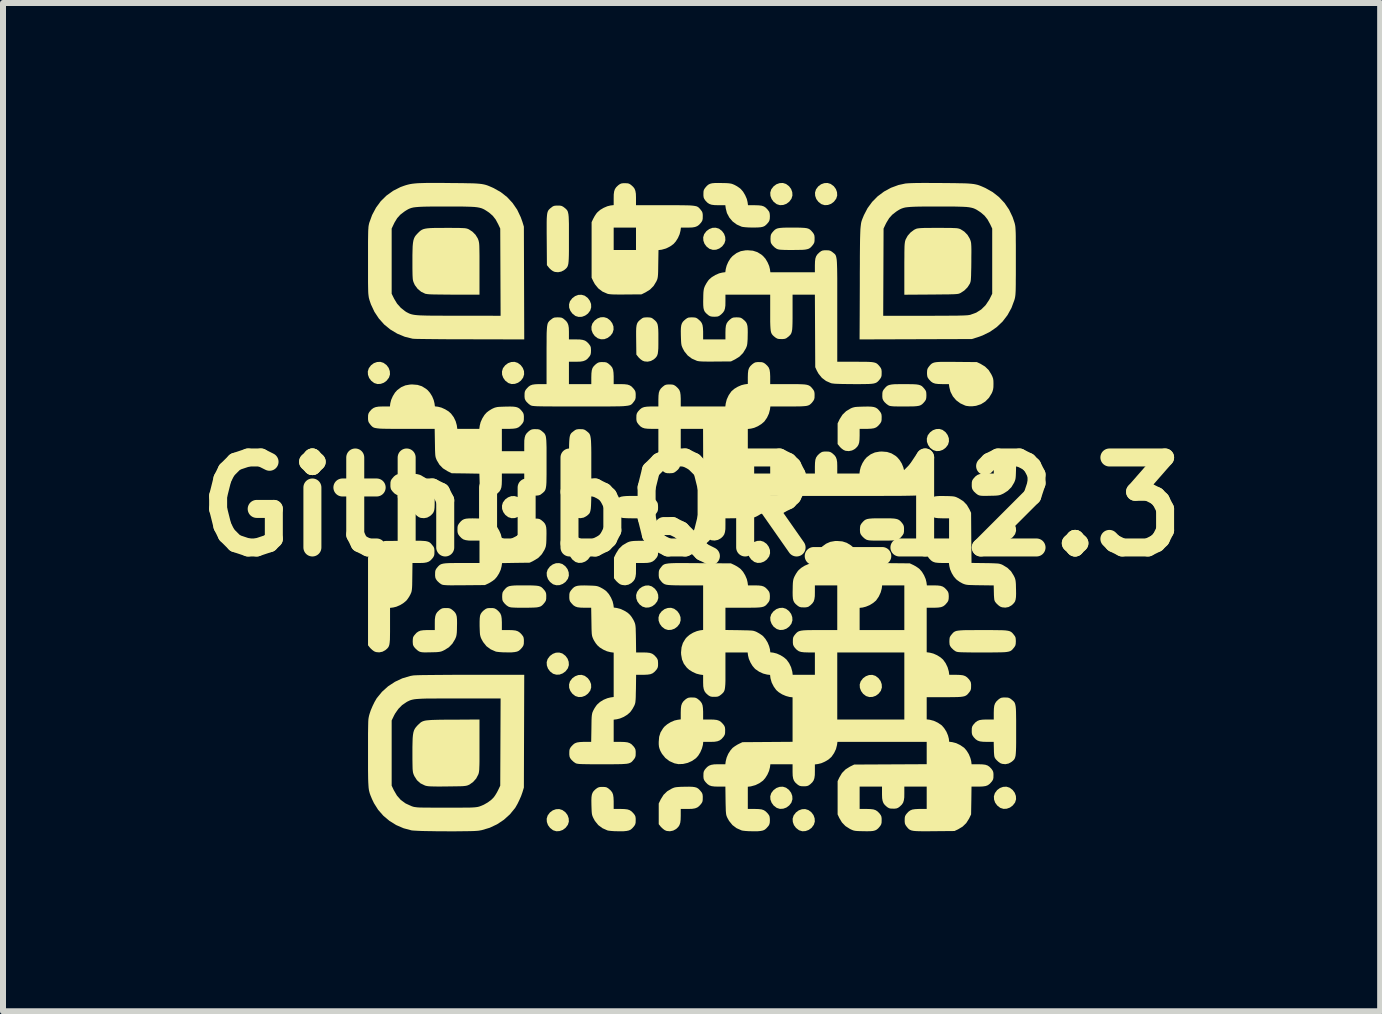
<source format=kicad_pcb>
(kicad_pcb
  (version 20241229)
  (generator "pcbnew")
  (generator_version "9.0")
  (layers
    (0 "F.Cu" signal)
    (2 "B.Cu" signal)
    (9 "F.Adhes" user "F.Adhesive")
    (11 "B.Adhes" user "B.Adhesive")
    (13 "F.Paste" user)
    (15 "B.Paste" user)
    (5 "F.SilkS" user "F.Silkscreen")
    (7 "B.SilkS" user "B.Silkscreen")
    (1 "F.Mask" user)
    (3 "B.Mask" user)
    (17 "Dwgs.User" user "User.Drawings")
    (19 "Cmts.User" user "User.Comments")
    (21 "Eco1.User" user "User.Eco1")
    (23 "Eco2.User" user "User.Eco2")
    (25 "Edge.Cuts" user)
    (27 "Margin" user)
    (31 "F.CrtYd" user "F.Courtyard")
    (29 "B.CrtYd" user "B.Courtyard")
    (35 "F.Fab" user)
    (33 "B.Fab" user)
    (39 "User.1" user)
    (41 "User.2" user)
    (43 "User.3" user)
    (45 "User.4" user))
  (footprint "GithubQR_12.3"
    (layer "F.Cu")
    (at 8.479 5.398)
    (property "Reference" "GithubQR_12.3" (at 0 0 0) (layer "F.SilkS") (effects (font (size 1.5 1.5) (thickness 0.3))))
    (attr board_only exclude_from_pos_files exclude_from_bom)
    (fp_poly (pts (xy -5.137 -2.4) (xy -5.134 -2.398) (xy -5.085 -2.362) (xy -5.05 -2.315) (xy -5.031 -2.262) (xy -5.028 -2.207) (xy -5.044 -2.155) (xy -5.046 -2.152) (xy -5.083 -2.103) (xy -5.13 -2.068) (xy -5.183 -2.049) (xy -5.237 -2.046) (xy -5.289 -2.062) (xy -5.293 -2.064) (xy -5.341 -2.101) (xy -5.376 -2.148) (xy -5.395 -2.201) (xy -5.398 -2.255) (xy -5.382 -2.307) (xy -5.38 -2.311) (xy -5.344 -2.359) (xy -5.297 -2.394) (xy -5.244 -2.413) (xy -5.189 -2.416)) (stroke (width 0) (type solid)) (fill yes) (layer "F.SilkS"))
    (fp_poly (pts (xy -2.901 -2.4) (xy -2.897 -2.398) (xy -2.849 -2.362) (xy -2.814 -2.315) (xy -2.794 -2.262) (xy -2.792 -2.207) (xy -2.808 -2.155) (xy -2.809 -2.152) (xy -2.846 -2.103) (xy -2.893 -2.068) (xy -2.946 -2.049) (xy -3.001 -2.046) (xy -3.053 -2.062) (xy -3.056 -2.064) (xy -3.105 -2.101) (xy -3.139 -2.148) (xy -3.159 -2.201) (xy -3.161 -2.255) (xy -3.146 -2.307) (xy -3.144 -2.311) (xy -3.107 -2.359) (xy -3.06 -2.394) (xy -3.007 -2.413) (xy -2.952 -2.416)) (stroke (width 0) (type solid)) (fill yes) (layer "F.SilkS"))
    (fp_poly (pts (xy -2.901 -0.164) (xy -2.897 -0.162) (xy -2.849 -0.125) (xy -2.814 -0.078) (xy -2.794 -0.025) (xy -2.792 0.03) (xy -2.808 0.081) (xy -2.809 0.085) (xy -2.846 0.133) (xy -2.893 0.168) (xy -2.946 0.188) (xy -3.001 0.19) (xy -3.053 0.174) (xy -3.056 0.173) (xy -3.105 0.136) (xy -3.139 0.089) (xy -3.159 0.036) (xy -3.161 -0.019) (xy -3.146 -0.071) (xy -3.144 -0.074) (xy -3.107 -0.123) (xy -3.06 -0.157) (xy -3.007 -0.177) (xy -2.952 -0.179)) (stroke (width 0) (type solid)) (fill yes) (layer "F.SilkS"))
    (fp_poly (pts (xy -2.155 0.954) (xy -2.152 0.956) (xy -2.103 0.993) (xy -2.068 1.04) (xy -2.049 1.093) (xy -2.046 1.148) (xy -2.062 1.2) (xy -2.064 1.203) (xy -2.101 1.252) (xy -2.148 1.286) (xy -2.201 1.306) (xy -2.255 1.308) (xy -2.307 1.293) (xy -2.311 1.291) (xy -2.359 1.254) (xy -2.394 1.207) (xy -2.413 1.154) (xy -2.416 1.099) (xy -2.4 1.047) (xy -2.398 1.044) (xy -2.362 0.996) (xy -2.315 0.961) (xy -2.262 0.941) (xy -2.207 0.939)) (stroke (width 0) (type solid)) (fill yes) (layer "F.SilkS"))
    (fp_poly (pts (xy -2.155 2.445) (xy -2.152 2.447) (xy -2.103 2.484) (xy -2.068 2.531) (xy -2.049 2.584) (xy -2.046 2.639) (xy -2.062 2.691) (xy -2.064 2.694) (xy -2.101 2.743) (xy -2.148 2.777) (xy -2.201 2.797) (xy -2.255 2.799) (xy -2.307 2.784) (xy -2.311 2.782) (xy -2.359 2.745) (xy -2.394 2.698) (xy -2.413 2.645) (xy -2.416 2.59) (xy -2.4 2.538) (xy -2.398 2.535) (xy -2.362 2.487) (xy -2.315 2.452) (xy -2.262 2.432) (xy -2.207 2.43)) (stroke (width 0) (type solid)) (fill yes) (layer "F.SilkS"))
    (fp_poly (pts (xy -2.155 5.055) (xy -2.152 5.057) (xy -2.103 5.093) (xy -2.068 5.14) (xy -2.049 5.193) (xy -2.046 5.248) (xy -2.062 5.3) (xy -2.064 5.303) (xy -2.101 5.352) (xy -2.148 5.387) (xy -2.201 5.406) (xy -2.255 5.409) (xy -2.307 5.393) (xy -2.311 5.391) (xy -2.359 5.354) (xy -2.394 5.307) (xy -2.413 5.254) (xy -2.416 5.2) (xy -2.4 5.148) (xy -2.398 5.144) (xy -2.362 5.096) (xy -2.315 5.061) (xy -2.262 5.042) (xy -2.207 5.039)) (stroke (width 0) (type solid)) (fill yes) (layer "F.SilkS"))
    (fp_poly (pts (xy -1.782 -3.519) (xy -1.779 -3.517) (xy -1.73 -3.48) (xy -1.696 -3.433) (xy -1.676 -3.38) (xy -1.674 -3.325) (xy -1.689 -3.273) (xy -1.691 -3.27) (xy -1.728 -3.221) (xy -1.775 -3.187) (xy -1.828 -3.167) (xy -1.883 -3.165) (xy -1.935 -3.18) (xy -1.938 -3.182) (xy -1.986 -3.219) (xy -2.021 -3.266) (xy -2.041 -3.319) (xy -2.043 -3.374) (xy -2.028 -3.426) (xy -2.026 -3.429) (xy -1.989 -3.477) (xy -1.942 -3.512) (xy -1.889 -3.532) (xy -1.834 -3.534)) (stroke (width 0) (type solid)) (fill yes) (layer "F.SilkS"))
    (fp_poly (pts (xy -1.782 0.582) (xy -1.779 0.584) (xy -1.73 0.62) (xy -1.696 0.667) (xy -1.676 0.72) (xy -1.674 0.775) (xy -1.689 0.827) (xy -1.691 0.83) (xy -1.728 0.879) (xy -1.775 0.914) (xy -1.828 0.933) (xy -1.883 0.936) (xy -1.935 0.92) (xy -1.938 0.918) (xy -1.986 0.881) (xy -2.021 0.834) (xy -2.041 0.781) (xy -2.043 0.727) (xy -2.028 0.675) (xy -2.026 0.671) (xy -1.989 0.623) (xy -1.942 0.588) (xy -1.889 0.569) (xy -1.834 0.566)) (stroke (width 0) (type solid)) (fill yes) (layer "F.SilkS"))
    (fp_poly (pts (xy -1.782 2.818) (xy -1.779 2.82) (xy -1.73 2.857) (xy -1.696 2.904) (xy -1.676 2.957) (xy -1.674 3.012) (xy -1.689 3.063) (xy -1.691 3.067) (xy -1.728 3.115) (xy -1.775 3.15) (xy -1.828 3.169) (xy -1.883 3.172) (xy -1.935 3.156) (xy -1.938 3.155) (xy -1.986 3.118) (xy -2.021 3.071) (xy -2.041 3.018) (xy -2.043 2.963) (xy -2.028 2.911) (xy -2.026 2.908) (xy -1.989 2.859) (xy -1.942 2.825) (xy -1.889 2.805) (xy -1.834 2.802)) (stroke (width 0) (type solid)) (fill yes) (layer "F.SilkS"))
    (fp_poly (pts (xy -1.41 -3.146) (xy -1.406 -3.144) (xy -1.358 -3.107) (xy -1.323 -3.06) (xy -1.303 -3.007) (xy -1.301 -2.952) (xy -1.317 -2.901) (xy -1.318 -2.897) (xy -1.355 -2.849) (xy -1.402 -2.814) (xy -1.455 -2.794) (xy -1.51 -2.792) (xy -1.562 -2.808) (xy -1.565 -2.809) (xy -1.614 -2.846) (xy -1.648 -2.893) (xy -1.668 -2.946) (xy -1.67 -3.001) (xy -1.655 -3.053) (xy -1.653 -3.056) (xy -1.616 -3.105) (xy -1.569 -3.139) (xy -1.516 -3.159) (xy -1.461 -3.161)) (stroke (width 0) (type solid)) (fill yes) (layer "F.SilkS"))
    (fp_poly (pts (xy -0.664 1.327) (xy -0.661 1.329) (xy -0.612 1.366) (xy -0.577 1.413) (xy -0.558 1.466) (xy -0.555 1.521) (xy -0.571 1.572) (xy -0.573 1.576) (xy -0.61 1.624) (xy -0.657 1.659) (xy -0.71 1.678) (xy -0.764 1.681) (xy -0.816 1.665) (xy -0.82 1.664) (xy -0.868 1.627) (xy -0.903 1.58) (xy -0.922 1.527) (xy -0.925 1.472) (xy -0.909 1.42) (xy -0.907 1.417) (xy -0.871 1.368) (xy -0.824 1.334) (xy -0.771 1.314) (xy -0.716 1.311)) (stroke (width 0) (type solid)) (fill yes) (layer "F.SilkS"))
    (fp_poly (pts (xy -0.291 1.7) (xy -0.288 1.702) (xy -0.239 1.739) (xy -0.205 1.786) (xy -0.185 1.839) (xy -0.183 1.893) (xy -0.198 1.945) (xy -0.2 1.949) (xy -0.237 1.997) (xy -0.284 2.032) (xy -0.337 2.051) (xy -0.392 2.054) (xy -0.444 2.038) (xy -0.447 2.036) (xy -0.495 2) (xy -0.53 1.952) (xy -0.55 1.899) (xy -0.552 1.845) (xy -0.537 1.793) (xy -0.535 1.789) (xy -0.498 1.741) (xy -0.451 1.706) (xy -0.398 1.687) (xy -0.343 1.684)) (stroke (width 0) (type solid)) (fill yes) (layer "F.SilkS"))
    (fp_poly (pts (xy 0.454 -4.637) (xy 0.458 -4.635) (xy 0.506 -4.598) (xy 0.541 -4.551) (xy 0.56 -4.498) (xy 0.563 -4.443) (xy 0.547 -4.391) (xy 0.545 -4.388) (xy 0.509 -4.34) (xy 0.461 -4.305) (xy 0.408 -4.285) (xy 0.354 -4.283) (xy 0.302 -4.299) (xy 0.298 -4.3) (xy 0.25 -4.337) (xy 0.215 -4.384) (xy 0.196 -4.437) (xy 0.193 -4.492) (xy 0.209 -4.544) (xy 0.211 -4.547) (xy 0.248 -4.596) (xy 0.295 -4.63) (xy 0.348 -4.65) (xy 0.402 -4.652)) (stroke (width 0) (type solid)) (fill yes) (layer "F.SilkS"))
    (fp_poly (pts (xy 1.2 0.582) (xy 1.203 0.584) (xy 1.252 0.62) (xy 1.286 0.667) (xy 1.306 0.72) (xy 1.308 0.775) (xy 1.293 0.827) (xy 1.291 0.83) (xy 1.254 0.879) (xy 1.207 0.914) (xy 1.154 0.933) (xy 1.099 0.936) (xy 1.047 0.92) (xy 1.044 0.918) (xy 0.996 0.881) (xy 0.961 0.834) (xy 0.941 0.781) (xy 0.939 0.727) (xy 0.954 0.675) (xy 0.956 0.671) (xy 0.993 0.623) (xy 1.04 0.588) (xy 1.093 0.569) (xy 1.148 0.566)) (stroke (width 0) (type solid)) (fill yes) (layer "F.SilkS"))
    (fp_poly (pts (xy 1.572 -5.382) (xy 1.576 -5.38) (xy 1.624 -5.344) (xy 1.659 -5.297) (xy 1.678 -5.244) (xy 1.681 -5.189) (xy 1.665 -5.137) (xy 1.664 -5.134) (xy 1.627 -5.085) (xy 1.58 -5.05) (xy 1.527 -5.031) (xy 1.472 -5.028) (xy 1.42 -5.044) (xy 1.417 -5.046) (xy 1.368 -5.083) (xy 1.334 -5.13) (xy 1.314 -5.183) (xy 1.311 -5.237) (xy 1.327 -5.289) (xy 1.329 -5.293) (xy 1.366 -5.341) (xy 1.413 -5.376) (xy 1.466 -5.395) (xy 1.521 -5.398)) (stroke (width 0) (type solid)) (fill yes) (layer "F.SilkS"))
    (fp_poly (pts (xy 1.572 1.7) (xy 1.576 1.702) (xy 1.624 1.739) (xy 1.659 1.786) (xy 1.678 1.839) (xy 1.681 1.893) (xy 1.665 1.945) (xy 1.664 1.949) (xy 1.627 1.997) (xy 1.58 2.032) (xy 1.527 2.051) (xy 1.472 2.054) (xy 1.42 2.038) (xy 1.417 2.036) (xy 1.368 2) (xy 1.334 1.952) (xy 1.314 1.899) (xy 1.311 1.845) (xy 1.327 1.793) (xy 1.329 1.789) (xy 1.366 1.741) (xy 1.413 1.706) (xy 1.466 1.687) (xy 1.521 1.684)) (stroke (width 0) (type solid)) (fill yes) (layer "F.SilkS"))
    (fp_poly (pts (xy 1.572 4.682) (xy 1.576 4.684) (xy 1.624 4.721) (xy 1.659 4.768) (xy 1.678 4.821) (xy 1.681 4.875) (xy 1.665 4.927) (xy 1.664 4.931) (xy 1.627 4.979) (xy 1.58 5.014) (xy 1.527 5.033) (xy 1.472 5.036) (xy 1.42 5.02) (xy 1.417 5.018) (xy 1.368 4.981) (xy 1.334 4.934) (xy 1.314 4.881) (xy 1.311 4.827) (xy 1.327 4.775) (xy 1.329 4.771) (xy 1.366 4.723) (xy 1.413 4.688) (xy 1.466 4.669) (xy 1.521 4.666)) (stroke (width 0) (type solid)) (fill yes) (layer "F.SilkS"))
    (fp_poly (pts (xy 1.945 5.055) (xy 1.949 5.057) (xy 1.997 5.093) (xy 2.032 5.14) (xy 2.051 5.193) (xy 2.054 5.248) (xy 2.038 5.3) (xy 2.036 5.303) (xy 2 5.352) (xy 1.952 5.387) (xy 1.899 5.406) (xy 1.845 5.409) (xy 1.793 5.393) (xy 1.789 5.391) (xy 1.741 5.354) (xy 1.706 5.307) (xy 1.687 5.254) (xy 1.684 5.2) (xy 1.7 5.148) (xy 1.702 5.144) (xy 1.739 5.096) (xy 1.786 5.061) (xy 1.839 5.042) (xy 1.893 5.039)) (stroke (width 0) (type solid)) (fill yes) (layer "F.SilkS"))
    (fp_poly (pts (xy 2.318 -5.382) (xy 2.321 -5.38) (xy 2.37 -5.344) (xy 2.405 -5.297) (xy 2.424 -5.244) (xy 2.427 -5.189) (xy 2.411 -5.137) (xy 2.409 -5.134) (xy 2.372 -5.085) (xy 2.325 -5.05) (xy 2.272 -5.031) (xy 2.218 -5.028) (xy 2.166 -5.044) (xy 2.162 -5.046) (xy 2.114 -5.083) (xy 2.079 -5.13) (xy 2.06 -5.183) (xy 2.057 -5.237) (xy 2.073 -5.289) (xy 2.075 -5.293) (xy 2.111 -5.341) (xy 2.158 -5.376) (xy 2.211 -5.395) (xy 2.266 -5.398)) (stroke (width 0) (type solid)) (fill yes) (layer "F.SilkS"))
    (fp_poly (pts (xy 3.063 2.818) (xy 3.067 2.82) (xy 3.115 2.857) (xy 3.15 2.904) (xy 3.169 2.957) (xy 3.172 3.012) (xy 3.156 3.063) (xy 3.155 3.067) (xy 3.118 3.115) (xy 3.071 3.15) (xy 3.018 3.169) (xy 2.963 3.172) (xy 2.911 3.156) (xy 2.908 3.155) (xy 2.859 3.118) (xy 2.825 3.071) (xy 2.805 3.018) (xy 2.802 2.963) (xy 2.818 2.911) (xy 2.82 2.908) (xy 2.857 2.859) (xy 2.904 2.825) (xy 2.957 2.805) (xy 3.012 2.802)) (stroke (width 0) (type solid)) (fill yes) (layer "F.SilkS"))
    (fp_poly (pts (xy 4.182 -1.282) (xy 4.185 -1.28) (xy 4.234 -1.243) (xy 4.268 -1.196) (xy 4.288 -1.143) (xy 4.29 -1.089) (xy 4.275 -1.037) (xy 4.273 -1.033) (xy 4.236 -0.985) (xy 4.189 -0.95) (xy 4.136 -0.931) (xy 4.081 -0.928) (xy 4.029 -0.944) (xy 4.026 -0.946) (xy 3.977 -0.982) (xy 3.943 -1.03) (xy 3.923 -1.083) (xy 3.921 -1.137) (xy 3.936 -1.189) (xy 3.938 -1.193) (xy 3.975 -1.241) (xy 4.022 -1.276) (xy 4.075 -1.295) (xy 4.13 -1.298)) (stroke (width 0) (type solid)) (fill yes) (layer "F.SilkS"))
    (fp_poly (pts (xy 5.3 0.209) (xy 5.303 0.211) (xy 5.352 0.248) (xy 5.387 0.295) (xy 5.406 0.348) (xy 5.409 0.402) (xy 5.393 0.454) (xy 5.391 0.458) (xy 5.354 0.506) (xy 5.307 0.541) (xy 5.254 0.56) (xy 5.2 0.563) (xy 5.148 0.547) (xy 5.144 0.545) (xy 5.096 0.509) (xy 5.061 0.461) (xy 5.042 0.408) (xy 5.039 0.354) (xy 5.055 0.302) (xy 5.057 0.298) (xy 5.093 0.25) (xy 5.14 0.215) (xy 5.193 0.196) (xy 5.248 0.193)) (stroke (width 0) (type solid)) (fill yes) (layer "F.SilkS"))
    (fp_poly (pts (xy 5.3 4.682) (xy 5.303 4.684) (xy 5.352 4.721) (xy 5.387 4.768) (xy 5.406 4.821) (xy 5.409 4.875) (xy 5.393 4.927) (xy 5.391 4.931) (xy 5.354 4.979) (xy 5.307 5.014) (xy 5.254 5.033) (xy 5.2 5.036) (xy 5.148 5.02) (xy 5.144 5.018) (xy 5.096 4.981) (xy 5.061 4.934) (xy 5.042 4.881) (xy 5.039 4.827) (xy 5.055 4.775) (xy 5.057 4.771) (xy 5.093 4.723) (xy 5.14 4.688) (xy 5.193 4.669) (xy 5.248 4.666)) (stroke (width 0) (type solid)) (fill yes) (layer "F.SilkS"))
    (fp_poly (pts (xy -0.7 -3.156) (xy -0.673 -3.151) (xy -0.649 -3.138) (xy -0.633 -3.125) (xy -0.609 -3.105) (xy -0.59 -3.085) (xy -0.576 -3.063) (xy -0.566 -3.036) (xy -0.56 -3) (xy -0.556 -2.953) (xy -0.554 -2.892) (xy -0.554 -2.813) (xy -0.554 -2.79) (xy -0.554 -2.707) (xy -0.555 -2.641) (xy -0.559 -2.591) (xy -0.564 -2.553) (xy -0.573 -2.524) (xy -0.586 -2.501) (xy -0.603 -2.481) (xy -0.626 -2.461) (xy -0.632 -2.456) (xy -0.68 -2.43) (xy -0.734 -2.419) (xy -0.788 -2.424) (xy -0.82 -2.437) (xy -0.85 -2.458) (xy -0.881 -2.487) (xy -0.889 -2.497) (xy -0.921 -2.537) (xy -0.924 -2.778) (xy -0.925 -2.863) (xy -0.925 -2.93) (xy -0.923 -2.982) (xy -0.918 -3.021) (xy -0.91 -3.051) (xy -0.898 -3.075) (xy -0.882 -3.095) (xy -0.861 -3.114) (xy -0.847 -3.125) (xy -0.822 -3.144) (xy -0.798 -3.154) (xy -0.766 -3.157) (xy -0.74 -3.158)) (stroke (width 0) (type solid)) (fill yes) (layer "F.SilkS"))
    (fp_poly (pts (xy -0.731 0.568) (xy -0.69 0.573) (xy -0.658 0.584) (xy -0.632 0.601) (xy -0.608 0.625) (xy -0.591 0.644) (xy -0.573 0.669) (xy -0.563 0.693) (xy -0.56 0.725) (xy -0.559 0.751) (xy -0.56 0.791) (xy -0.566 0.818) (xy -0.579 0.842) (xy -0.591 0.858) (xy -0.621 0.891) (xy -0.652 0.913) (xy -0.688 0.927) (xy -0.734 0.935) (xy -0.796 0.937) (xy -0.812 0.937) (xy -0.927 0.937) (xy -0.927 1.052) (xy -0.928 1.118) (xy -0.935 1.167) (xy -0.947 1.205) (xy -0.968 1.237) (xy -0.998 1.266) (xy -1.005 1.272) (xy -1.052 1.298) (xy -1.107 1.309) (xy -1.161 1.303) (xy -1.193 1.291) (xy -1.223 1.269) (xy -1.254 1.24) (xy -1.262 1.231) (xy -1.294 1.191) (xy -1.294 1.018) (xy -1.294 0.846) (xy -1.259 0.776) (xy -1.212 0.701) (xy -1.151 0.642) (xy -1.077 0.598) (xy -1.052 0.587) (xy -1.028 0.579) (xy -1.002 0.574) (xy -0.968 0.57) (xy -0.922 0.568) (xy -0.859 0.567) (xy -0.857 0.567) (xy -0.785 0.566)) (stroke (width 0) (type solid)) (fill yes) (layer "F.SilkS"))
    (fp_poly (pts (xy 0.015 4.668) (xy 0.056 4.674) (xy 0.088 4.684) (xy 0.114 4.701) (xy 0.138 4.725) (xy 0.154 4.744) (xy 0.173 4.769) (xy 0.182 4.794) (xy 0.186 4.825) (xy 0.186 4.851) (xy 0.185 4.891) (xy 0.179 4.919) (xy 0.166 4.942) (xy 0.154 4.958) (xy 0.124 4.991) (xy 0.094 5.013) (xy 0.058 5.027) (xy 0.011 5.035) (xy -0.051 5.037) (xy -0.066 5.037) (xy -0.181 5.037) (xy -0.181 5.152) (xy -0.183 5.218) (xy -0.189 5.267) (xy -0.202 5.305) (xy -0.222 5.337) (xy -0.252 5.366) (xy -0.259 5.372) (xy -0.307 5.398) (xy -0.361 5.409) (xy -0.415 5.404) (xy -0.447 5.391) (xy -0.477 5.369) (xy -0.508 5.34) (xy -0.516 5.331) (xy -0.548 5.291) (xy -0.548 5.119) (xy -0.548 4.946) (xy -0.514 4.876) (xy -0.467 4.801) (xy -0.406 4.742) (xy -0.331 4.698) (xy -0.306 4.687) (xy -0.283 4.679) (xy -0.256 4.674) (xy -0.222 4.671) (xy -0.176 4.668) (xy -0.113 4.667) (xy -0.112 4.667) (xy -0.04 4.666)) (stroke (width 0) (type solid)) (fill yes) (layer "F.SilkS"))
    (fp_poly (pts (xy 2.997 -1.669) (xy 3.038 -1.663) (xy 3.07 -1.652) (xy 3.096 -1.636) (xy 3.12 -1.612) (xy 3.136 -1.593) (xy 3.154 -1.567) (xy 3.164 -1.543) (xy 3.168 -1.512) (xy 3.168 -1.486) (xy 3.167 -1.446) (xy 3.161 -1.418) (xy 3.148 -1.395) (xy 3.136 -1.379) (xy 3.106 -1.346) (xy 3.076 -1.323) (xy 3.04 -1.309) (xy 2.993 -1.302) (xy 2.931 -1.299) (xy 2.916 -1.299) (xy 2.801 -1.299) (xy 2.801 -1.185) (xy 2.799 -1.119) (xy 2.793 -1.069) (xy 2.78 -1.031) (xy 2.76 -1) (xy 2.73 -0.971) (xy 2.723 -0.965) (xy 2.675 -0.939) (xy 2.621 -0.928) (xy 2.567 -0.933) (xy 2.535 -0.946) (xy 2.505 -0.967) (xy 2.474 -0.996) (xy 2.466 -1.006) (xy 2.434 -1.046) (xy 2.434 -1.218) (xy 2.434 -1.39) (xy 2.468 -1.461) (xy 2.515 -1.535) (xy 2.576 -1.594) (xy 2.651 -1.639) (xy 2.676 -1.65) (xy 2.699 -1.657) (xy 2.726 -1.663) (xy 2.76 -1.666) (xy 2.806 -1.668) (xy 2.869 -1.67) (xy 2.87 -1.67) (xy 2.942 -1.671)) (stroke (width 0) (type solid)) (fill yes) (layer "F.SilkS"))
    (fp_poly (pts (xy -2.707 1.31) (xy -2.641 1.312) (xy -2.591 1.315) (xy -2.553 1.32) (xy -2.524 1.329) (xy -2.501 1.342) (xy -2.481 1.36) (xy -2.461 1.383) (xy -2.455 1.389) (xy -2.437 1.415) (xy -2.427 1.439) (xy -2.423 1.47) (xy -2.423 1.496) (xy -2.424 1.536) (xy -2.43 1.564) (xy -2.443 1.587) (xy -2.455 1.603) (xy -2.476 1.628) (xy -2.496 1.647) (xy -2.518 1.661) (xy -2.545 1.67) (xy -2.58 1.677) (xy -2.627 1.68) (xy -2.689 1.682) (xy -2.767 1.683) (xy -2.79 1.683) (xy -2.868 1.683) (xy -2.927 1.682) (xy -2.97 1.68) (xy -3.002 1.678) (xy -3.025 1.674) (xy -3.042 1.669) (xy -3.056 1.663) (xy -3.087 1.642) (xy -3.117 1.613) (xy -3.125 1.603) (xy -3.144 1.578) (xy -3.154 1.554) (xy -3.157 1.522) (xy -3.158 1.496) (xy -3.156 1.456) (xy -3.151 1.429) (xy -3.138 1.405) (xy -3.125 1.389) (xy -3.105 1.365) (xy -3.085 1.346) (xy -3.063 1.332) (xy -3.036 1.322) (xy -3 1.316) (xy -2.953 1.312) (xy -2.892 1.31) (xy -2.813 1.31) (xy -2.79 1.31)) (stroke (width 0) (type solid)) (fill yes) (layer "F.SilkS"))
    (fp_poly (pts (xy -2.191 -5.02) (xy -2.164 -5.014) (xy -2.14 -5.001) (xy -2.124 -4.989) (xy -2.105 -4.974) (xy -2.089 -4.959) (xy -2.076 -4.944) (xy -2.066 -4.926) (xy -2.059 -4.902) (xy -2.053 -4.872) (xy -2.049 -4.832) (xy -2.047 -4.78) (xy -2.045 -4.715) (xy -2.045 -4.634) (xy -2.045 -4.535) (xy -2.045 -4.468) (xy -2.045 -4.357) (xy -2.045 -4.266) (xy -2.046 -4.192) (xy -2.048 -4.132) (xy -2.051 -4.086) (xy -2.055 -4.05) (xy -2.062 -4.023) (xy -2.07 -4.002) (xy -2.081 -3.985) (xy -2.095 -3.97) (xy -2.112 -3.956) (xy -2.123 -3.947) (xy -2.171 -3.921) (xy -2.225 -3.91) (xy -2.279 -3.915) (xy -2.311 -3.928) (xy -2.341 -3.949) (xy -2.372 -3.978) (xy -2.38 -3.988) (xy -2.412 -4.028) (xy -2.415 -4.455) (xy -2.416 -4.567) (xy -2.416 -4.66) (xy -2.416 -4.736) (xy -2.415 -4.796) (xy -2.412 -4.844) (xy -2.408 -4.881) (xy -2.402 -4.909) (xy -2.394 -4.931) (xy -2.383 -4.948) (xy -2.37 -4.962) (xy -2.354 -4.977) (xy -2.338 -4.989) (xy -2.313 -5.008) (xy -2.289 -5.017) (xy -2.257 -5.021) (xy -2.231 -5.021)) (stroke (width 0) (type solid)) (fill yes) (layer "F.SilkS"))
    (fp_poly (pts (xy -0.843 -0.181) (xy -0.778 -0.179) (xy -0.727 -0.176) (xy -0.689 -0.171) (xy -0.66 -0.162) (xy -0.637 -0.149) (xy -0.617 -0.131) (xy -0.597 -0.108) (xy -0.591 -0.102) (xy -0.573 -0.076) (xy -0.563 -0.052) (xy -0.56 -0.021) (xy -0.559 0.005) (xy -0.56 0.045) (xy -0.566 0.073) (xy -0.579 0.096) (xy -0.591 0.112) (xy -0.612 0.137) (xy -0.632 0.156) (xy -0.654 0.17) (xy -0.681 0.179) (xy -0.717 0.186) (xy -0.764 0.189) (xy -0.825 0.191) (xy -0.904 0.192) (xy -0.927 0.192) (xy -1.004 0.192) (xy -1.063 0.191) (xy -1.107 0.189) (xy -1.139 0.187) (xy -1.162 0.183) (xy -1.179 0.178) (xy -1.193 0.172) (xy -1.223 0.151) (xy -1.254 0.122) (xy -1.262 0.112) (xy -1.28 0.087) (xy -1.29 0.063) (xy -1.294 0.031) (xy -1.294 0.005) (xy -1.293 -0.035) (xy -1.287 -0.062) (xy -1.274 -0.086) (xy -1.262 -0.102) (xy -1.241 -0.126) (xy -1.221 -0.145) (xy -1.199 -0.159) (xy -1.172 -0.169) (xy -1.136 -0.175) (xy -1.09 -0.179) (xy -1.028 -0.181) (xy -0.95 -0.181) (xy -0.927 -0.181)) (stroke (width 0) (type solid)) (fill yes) (layer "F.SilkS"))
    (fp_poly (pts (xy 1.766 -4.654) (xy 1.832 -4.652) (xy 1.882 -4.649) (xy 1.92 -4.644) (xy 1.949 -4.635) (xy 1.972 -4.622) (xy 1.992 -4.604) (xy 2.012 -4.581) (xy 2.018 -4.575) (xy 2.036 -4.549) (xy 2.046 -4.525) (xy 2.05 -4.494) (xy 2.05 -4.468) (xy 2.049 -4.428) (xy 2.043 -4.4) (xy 2.03 -4.377) (xy 2.018 -4.361) (xy 1.997 -4.336) (xy 1.977 -4.317) (xy 1.955 -4.303) (xy 1.928 -4.294) (xy 1.893 -4.287) (xy 1.846 -4.283) (xy 1.784 -4.282) (xy 1.706 -4.281) (xy 1.683 -4.281) (xy 1.605 -4.281) (xy 1.546 -4.282) (xy 1.503 -4.284) (xy 1.471 -4.286) (xy 1.448 -4.29) (xy 1.431 -4.295) (xy 1.417 -4.301) (xy 1.386 -4.322) (xy 1.356 -4.351) (xy 1.347 -4.361) (xy 1.329 -4.386) (xy 1.319 -4.41) (xy 1.316 -4.442) (xy 1.315 -4.468) (xy 1.317 -4.508) (xy 1.322 -4.535) (xy 1.335 -4.559) (xy 1.347 -4.575) (xy 1.368 -4.599) (xy 1.388 -4.618) (xy 1.41 -4.632) (xy 1.437 -4.642) (xy 1.473 -4.648) (xy 1.52 -4.652) (xy 1.581 -4.654) (xy 1.66 -4.654) (xy 1.683 -4.654)) (stroke (width 0) (type solid)) (fill yes) (layer "F.SilkS"))
    (fp_poly (pts (xy 3.257 0.192) (xy 3.323 0.193) (xy 3.373 0.196) (xy 3.411 0.202) (xy 3.44 0.211) (xy 3.463 0.224) (xy 3.483 0.241) (xy 3.503 0.264) (xy 3.509 0.271) (xy 3.527 0.297) (xy 3.537 0.321) (xy 3.541 0.352) (xy 3.541 0.378) (xy 3.54 0.418) (xy 3.534 0.446) (xy 3.521 0.469) (xy 3.509 0.485) (xy 3.488 0.51) (xy 3.468 0.528) (xy 3.446 0.542) (xy 3.419 0.552) (xy 3.384 0.559) (xy 3.337 0.562) (xy 3.275 0.564) (xy 3.197 0.564) (xy 3.174 0.564) (xy 3.096 0.564) (xy 3.037 0.564) (xy 2.993 0.562) (xy 2.962 0.56) (xy 2.939 0.556) (xy 2.921 0.551) (xy 2.908 0.545) (xy 2.877 0.524) (xy 2.847 0.495) (xy 2.838 0.485) (xy 2.82 0.46) (xy 2.81 0.435) (xy 2.807 0.404) (xy 2.806 0.378) (xy 2.808 0.338) (xy 2.813 0.311) (xy 2.826 0.287) (xy 2.838 0.271) (xy 2.859 0.247) (xy 2.879 0.228) (xy 2.901 0.214) (xy 2.928 0.204) (xy 2.964 0.198) (xy 3.011 0.194) (xy 3.072 0.192) (xy 3.151 0.192) (xy 3.174 0.192)) (stroke (width 0) (type solid)) (fill yes) (layer "F.SilkS"))
    (fp_poly (pts (xy 3.63 -2.044) (xy 3.695 -2.043) (xy 3.746 -2.04) (xy 3.784 -2.034) (xy 3.813 -2.025) (xy 3.836 -2.013) (xy 3.856 -1.995) (xy 3.876 -1.972) (xy 3.882 -1.965) (xy 3.9 -1.94) (xy 3.91 -1.916) (xy 3.913 -1.884) (xy 3.914 -1.858) (xy 3.912 -1.818) (xy 3.907 -1.791) (xy 3.894 -1.767) (xy 3.882 -1.751) (xy 3.861 -1.727) (xy 3.841 -1.708) (xy 3.819 -1.694) (xy 3.792 -1.684) (xy 3.756 -1.678) (xy 3.709 -1.674) (xy 3.648 -1.673) (xy 3.569 -1.672) (xy 3.546 -1.672) (xy 3.469 -1.672) (xy 3.41 -1.673) (xy 3.366 -1.674) (xy 3.334 -1.677) (xy 3.311 -1.68) (xy 3.294 -1.685) (xy 3.28 -1.692) (xy 3.25 -1.713) (xy 3.219 -1.742) (xy 3.211 -1.751) (xy 3.193 -1.777) (xy 3.183 -1.801) (xy 3.179 -1.832) (xy 3.179 -1.858) (xy 3.18 -1.898) (xy 3.186 -1.926) (xy 3.199 -1.95) (xy 3.211 -1.965) (xy 3.232 -1.99) (xy 3.252 -2.009) (xy 3.274 -2.023) (xy 3.301 -2.032) (xy 3.337 -2.039) (xy 3.383 -2.043) (xy 3.445 -2.044) (xy 3.523 -2.045) (xy 3.546 -2.045)) (stroke (width 0) (type solid)) (fill yes) (layer "F.SilkS"))
    (fp_poly (pts (xy 4.356 -2.416) (xy 4.409 -2.415) (xy 4.755 -2.412) (xy 4.815 -2.384) (xy 4.891 -2.338) (xy 4.952 -2.279) (xy 4.997 -2.206) (xy 5.015 -2.168) (xy 5.026 -2.136) (xy 5.031 -2.102) (xy 5.032 -2.058) (xy 5.032 -2.045) (xy 5.031 -1.994) (xy 5.026 -1.957) (xy 5.016 -1.923) (xy 5.004 -1.894) (xy 4.957 -1.817) (xy 4.896 -1.755) (xy 4.824 -1.71) (xy 4.742 -1.683) (xy 4.683 -1.676) (xy 4.627 -1.676) (xy 4.579 -1.682) (xy 4.561 -1.687) (xy 4.48 -1.724) (xy 4.41 -1.776) (xy 4.355 -1.841) (xy 4.316 -1.916) (xy 4.296 -1.994) (xy 4.289 -2.045) (xy 4.176 -2.045) (xy 4.11 -2.047) (xy 4.061 -2.053) (xy 4.023 -2.066) (xy 3.992 -2.087) (xy 3.962 -2.118) (xy 3.957 -2.124) (xy 3.938 -2.15) (xy 3.929 -2.174) (xy 3.925 -2.205) (xy 3.924 -2.231) (xy 3.926 -2.271) (xy 3.932 -2.299) (xy 3.945 -2.322) (xy 3.957 -2.338) (xy 3.974 -2.359) (xy 3.99 -2.376) (xy 4.007 -2.389) (xy 4.027 -2.399) (xy 4.054 -2.407) (xy 4.088 -2.412) (xy 4.133 -2.415) (xy 4.192 -2.416) (xy 4.265 -2.416)) (stroke (width 0) (type solid)) (fill yes) (layer "F.SilkS"))
    (fp_poly (pts (xy -3.309 1.689) (xy -3.282 1.695) (xy -3.258 1.708) (xy -3.242 1.72) (xy -3.21 1.75) (xy -3.187 1.781) (xy -3.173 1.817) (xy -3.166 1.863) (xy -3.163 1.925) (xy -3.163 1.941) (xy -3.163 2.055) (xy -3.048 2.055) (xy -2.983 2.057) (xy -2.933 2.063) (xy -2.895 2.076) (xy -2.864 2.097) (xy -2.834 2.127) (xy -2.828 2.135) (xy -2.809 2.16) (xy -2.8 2.184) (xy -2.796 2.216) (xy -2.796 2.242) (xy -2.797 2.282) (xy -2.803 2.309) (xy -2.816 2.333) (xy -2.828 2.349) (xy -2.854 2.378) (xy -2.88 2.4) (xy -2.91 2.414) (xy -2.949 2.422) (xy -2.999 2.427) (xy -3.066 2.428) (xy -3.078 2.427) (xy -3.146 2.426) (xy -3.204 2.422) (xy -3.248 2.417) (xy -3.266 2.413) (xy -3.35 2.376) (xy -3.42 2.324) (xy -3.475 2.255) (xy -3.503 2.205) (xy -3.514 2.18) (xy -3.521 2.157) (xy -3.527 2.13) (xy -3.53 2.096) (xy -3.532 2.049) (xy -3.534 1.986) (xy -3.534 1.914) (xy -3.532 1.86) (xy -3.527 1.818) (xy -3.516 1.787) (xy -3.499 1.761) (xy -3.476 1.736) (xy -3.456 1.72) (xy -3.431 1.702) (xy -3.407 1.692) (xy -3.375 1.688) (xy -3.349 1.688)) (stroke (width 0) (type solid)) (fill yes) (layer "F.SilkS"))
    (fp_poly (pts (xy -1.446 4.671) (xy -1.418 4.677) (xy -1.395 4.69) (xy -1.379 4.702) (xy -1.346 4.732) (xy -1.323 4.763) (xy -1.309 4.799) (xy -1.302 4.845) (xy -1.299 4.907) (xy -1.299 4.923) (xy -1.299 5.037) (xy -1.185 5.037) (xy -1.119 5.039) (xy -1.069 5.045) (xy -1.031 5.058) (xy -1 5.079) (xy -0.971 5.109) (xy -0.964 5.117) (xy -0.946 5.142) (xy -0.936 5.166) (xy -0.932 5.198) (xy -0.932 5.224) (xy -0.933 5.264) (xy -0.939 5.291) (xy -0.952 5.315) (xy -0.964 5.331) (xy -0.99 5.36) (xy -1.016 5.382) (xy -1.047 5.396) (xy -1.085 5.404) (xy -1.135 5.409) (xy -1.203 5.409) (xy -1.214 5.409) (xy -1.282 5.408) (xy -1.34 5.404) (xy -1.384 5.399) (xy -1.403 5.395) (xy -1.486 5.358) (xy -1.556 5.306) (xy -1.612 5.237) (xy -1.639 5.187) (xy -1.65 5.162) (xy -1.658 5.139) (xy -1.663 5.112) (xy -1.666 5.078) (xy -1.668 5.031) (xy -1.67 4.968) (xy -1.671 4.896) (xy -1.669 4.842) (xy -1.663 4.8) (xy -1.652 4.769) (xy -1.636 4.743) (xy -1.612 4.718) (xy -1.593 4.702) (xy -1.567 4.684) (xy -1.543 4.674) (xy -1.512 4.67) (xy -1.486 4.67)) (stroke (width 0) (type solid)) (fill yes) (layer "F.SilkS"))
    (fp_poly (pts (xy -4.723 -0.552) (xy -4.66 -0.55) (xy -4.614 -0.548) (xy -4.579 -0.545) (xy -4.553 -0.539) (xy -4.529 -0.532) (xy -4.504 -0.521) (xy -4.504 -0.52) (xy -4.427 -0.474) (xy -4.367 -0.415) (xy -4.321 -0.343) (xy -4.308 -0.315) (xy -4.298 -0.291) (xy -4.292 -0.267) (xy -4.288 -0.238) (xy -4.286 -0.199) (xy -4.284 -0.146) (xy -4.283 -0.112) (xy -4.283 -0.04) (xy -4.285 0.015) (xy -4.29 0.056) (xy -4.301 0.088) (xy -4.317 0.113) (xy -4.341 0.138) (xy -4.359 0.153) (xy -4.407 0.18) (xy -4.461 0.19) (xy -4.516 0.185) (xy -4.547 0.173) (xy -4.578 0.151) (xy -4.608 0.122) (xy -4.616 0.112) (xy -4.63 0.095) (xy -4.639 0.078) (xy -4.645 0.058) (xy -4.649 0.03) (xy -4.651 -0.011) (xy -4.652 -0.054) (xy -4.656 -0.181) (xy -4.77 -0.181) (xy -4.835 -0.183) (xy -4.885 -0.189) (xy -4.922 -0.202) (xy -4.954 -0.223) (xy -4.984 -0.254) (xy -4.989 -0.26) (xy -5.008 -0.286) (xy -5.017 -0.31) (xy -5.021 -0.341) (xy -5.021 -0.367) (xy -5.02 -0.407) (xy -5.014 -0.435) (xy -5.001 -0.459) (xy -4.989 -0.474) (xy -4.964 -0.503) (xy -4.939 -0.524) (xy -4.912 -0.539) (xy -4.877 -0.547) (xy -4.831 -0.552) (xy -4.771 -0.552)) (stroke (width 0) (type solid)) (fill yes) (layer "F.SilkS"))
    (fp_poly (pts (xy -1.818 -1.293) (xy -1.791 -1.287) (xy -1.767 -1.274) (xy -1.751 -1.262) (xy -1.735 -1.249) (xy -1.721 -1.237) (xy -1.709 -1.225) (xy -1.7 -1.211) (xy -1.692 -1.193) (xy -1.686 -1.169) (xy -1.681 -1.138) (xy -1.677 -1.099) (xy -1.675 -1.048) (xy -1.673 -0.985) (xy -1.672 -0.908) (xy -1.672 -0.815) (xy -1.672 -0.704) (xy -1.672 -0.574) (xy -1.672 -0.554) (xy -1.672 -0.421) (xy -1.672 -0.308) (xy -1.672 -0.212) (xy -1.673 -0.133) (xy -1.675 -0.068) (xy -1.677 -0.016) (xy -1.68 0.026) (xy -1.685 0.058) (xy -1.691 0.082) (xy -1.698 0.101) (xy -1.707 0.115) (xy -1.719 0.127) (xy -1.732 0.139) (xy -1.748 0.152) (xy -1.75 0.153) (xy -1.798 0.18) (xy -1.852 0.19) (xy -1.906 0.185) (xy -1.938 0.173) (xy -1.968 0.151) (xy -1.999 0.122) (xy -2.007 0.112) (xy -2.039 0.073) (xy -2.042 -0.541) (xy -2.043 -0.676) (xy -2.043 -0.79) (xy -2.044 -0.887) (xy -2.043 -0.968) (xy -2.042 -1.034) (xy -2.04 -1.087) (xy -2.037 -1.129) (xy -2.033 -1.162) (xy -2.027 -1.187) (xy -2.02 -1.206) (xy -2.011 -1.221) (xy -2 -1.234) (xy -1.986 -1.245) (xy -1.971 -1.257) (xy -1.965 -1.262) (xy -1.94 -1.28) (xy -1.916 -1.29) (xy -1.884 -1.294) (xy -1.858 -1.294)) (stroke (width 0) (type solid)) (fill yes) (layer "F.SilkS"))
    (fp_poly (pts (xy -4.055 1.689) (xy -4.027 1.695) (xy -4.004 1.708) (xy -3.988 1.72) (xy -3.959 1.745) (xy -3.938 1.77) (xy -3.924 1.798) (xy -3.915 1.832) (xy -3.911 1.878) (xy -3.91 1.939) (xy -3.911 1.986) (xy -3.912 2.049) (xy -3.914 2.096) (xy -3.918 2.13) (xy -3.923 2.157) (xy -3.931 2.18) (xy -3.942 2.205) (xy -3.942 2.206) (xy -3.988 2.282) (xy -4.047 2.343) (xy -4.12 2.388) (xy -4.148 2.402) (xy -4.171 2.411) (xy -4.195 2.417) (xy -4.224 2.421) (xy -4.263 2.424) (xy -4.316 2.425) (xy -4.35 2.426) (xy -4.414 2.427) (xy -4.46 2.427) (xy -4.493 2.425) (xy -4.516 2.421) (xy -4.534 2.415) (xy -4.547 2.409) (xy -4.578 2.387) (xy -4.608 2.358) (xy -4.616 2.349) (xy -4.635 2.323) (xy -4.645 2.299) (xy -4.648 2.268) (xy -4.649 2.242) (xy -4.647 2.202) (xy -4.642 2.174) (xy -4.629 2.151) (xy -4.616 2.135) (xy -4.587 2.102) (xy -4.556 2.08) (xy -4.52 2.065) (xy -4.473 2.058) (xy -4.411 2.055) (xy -4.396 2.055) (xy -4.281 2.055) (xy -4.281 1.941) (xy -4.28 1.875) (xy -4.273 1.826) (xy -4.261 1.788) (xy -4.24 1.756) (xy -4.21 1.727) (xy -4.202 1.72) (xy -4.176 1.702) (xy -4.152 1.692) (xy -4.121 1.688) (xy -4.095 1.688)) (stroke (width 0) (type solid)) (fill yes) (layer "F.SilkS"))
    (fp_poly (pts (xy 5.264 -0.92) (xy 5.291 -0.914) (xy 5.315 -0.901) (xy 5.331 -0.889) (xy 5.36 -0.864) (xy 5.381 -0.839) (xy 5.395 -0.812) (xy 5.404 -0.777) (xy 5.408 -0.731) (xy 5.409 -0.671) (xy 5.408 -0.623) (xy 5.406 -0.56) (xy 5.404 -0.513) (xy 5.401 -0.479) (xy 5.396 -0.453) (xy 5.388 -0.429) (xy 5.377 -0.404) (xy 5.377 -0.403) (xy 5.331 -0.327) (xy 5.271 -0.267) (xy 5.199 -0.221) (xy 5.171 -0.208) (xy 5.147 -0.198) (xy 5.123 -0.192) (xy 5.094 -0.188) (xy 5.056 -0.185) (xy 5.003 -0.184) (xy 4.968 -0.183) (xy 4.905 -0.182) (xy 4.859 -0.182) (xy 4.826 -0.184) (xy 4.802 -0.188) (xy 4.784 -0.194) (xy 4.771 -0.2) (xy 4.741 -0.222) (xy 4.71 -0.251) (xy 4.702 -0.26) (xy 4.684 -0.286) (xy 4.674 -0.31) (xy 4.67 -0.341) (xy 4.67 -0.367) (xy 4.671 -0.407) (xy 4.677 -0.435) (xy 4.69 -0.459) (xy 4.702 -0.474) (xy 4.732 -0.507) (xy 4.763 -0.53) (xy 4.799 -0.544) (xy 4.845 -0.551) (xy 4.907 -0.554) (xy 4.923 -0.554) (xy 5.037 -0.554) (xy 5.037 -0.668) (xy 5.039 -0.734) (xy 5.045 -0.784) (xy 5.058 -0.822) (xy 5.079 -0.853) (xy 5.109 -0.883) (xy 5.117 -0.889) (xy 5.142 -0.907) (xy 5.166 -0.917) (xy 5.198 -0.921) (xy 5.224 -0.921)) (stroke (width 0) (type solid)) (fill yes) (layer "F.SilkS"))
    (fp_poly (pts (xy 4.851 2.055) (xy 4.961 2.055) (xy 5.053 2.056) (xy 5.127 2.057) (xy 5.186 2.058) (xy 5.233 2.061) (xy 5.269 2.066) (xy 5.296 2.072) (xy 5.317 2.081) (xy 5.334 2.092) (xy 5.349 2.106) (xy 5.363 2.123) (xy 5.373 2.135) (xy 5.391 2.16) (xy 5.401 2.184) (xy 5.404 2.216) (xy 5.405 2.242) (xy 5.403 2.282) (xy 5.398 2.309) (xy 5.385 2.333) (xy 5.373 2.349) (xy 5.357 2.368) (xy 5.343 2.384) (xy 5.327 2.397) (xy 5.309 2.407) (xy 5.286 2.414) (xy 5.255 2.42) (xy 5.215 2.424) (xy 5.163 2.426) (xy 5.098 2.427) (xy 5.017 2.428) (xy 4.918 2.428) (xy 4.851 2.428) (xy 4.745 2.428) (xy 4.659 2.428) (xy 4.589 2.427) (xy 4.534 2.426) (xy 4.492 2.425) (xy 4.461 2.423) (xy 4.438 2.421) (xy 4.421 2.417) (xy 4.408 2.413) (xy 4.399 2.408) (xy 4.368 2.387) (xy 4.338 2.358) (xy 4.329 2.349) (xy 4.311 2.323) (xy 4.301 2.299) (xy 4.298 2.268) (xy 4.297 2.242) (xy 4.299 2.202) (xy 4.304 2.174) (xy 4.317 2.151) (xy 4.329 2.135) (xy 4.345 2.116) (xy 4.359 2.1) (xy 4.375 2.087) (xy 4.393 2.077) (xy 4.416 2.069) (xy 4.447 2.064) (xy 4.487 2.06) (xy 4.539 2.057) (xy 4.604 2.056) (xy 4.685 2.056) (xy 4.784 2.055)) (stroke (width 0) (type solid)) (fill yes) (layer "F.SilkS"))
    (fp_poly (pts (xy -4.002 -4.649) (xy -3.928 -4.648) (xy -3.87 -4.648) (xy -3.825 -4.646) (xy -3.792 -4.645) (xy -3.767 -4.642) (xy -3.748 -4.638) (xy -3.732 -4.633) (xy -3.718 -4.627) (xy -3.715 -4.626) (xy -3.655 -4.587) (xy -3.602 -4.534) (xy -3.564 -4.472) (xy -3.558 -4.456) (xy -3.552 -4.44) (xy -3.548 -4.424) (xy -3.544 -4.405) (xy -3.541 -4.381) (xy -3.539 -4.35) (xy -3.538 -4.31) (xy -3.537 -4.258) (xy -3.536 -4.191) (xy -3.536 -4.109) (xy -3.536 -4.009) (xy -3.536 -3.967) (xy -3.536 -3.536) (xy -3.964 -3.536) (xy -4.08 -3.537) (xy -4.177 -3.538) (xy -4.256 -3.539) (xy -4.318 -3.54) (xy -4.366 -3.542) (xy -4.402 -3.545) (xy -4.426 -3.549) (xy -4.439 -3.551) (xy -4.508 -3.584) (xy -4.567 -3.633) (xy -4.614 -3.696) (xy -4.632 -3.736) (xy -4.639 -3.754) (xy -4.644 -3.773) (xy -4.648 -3.795) (xy -4.65 -3.824) (xy -4.652 -3.862) (xy -4.653 -3.912) (xy -4.654 -3.977) (xy -4.654 -4.059) (xy -4.654 -4.095) (xy -4.654 -4.196) (xy -4.652 -4.278) (xy -4.65 -4.344) (xy -4.645 -4.396) (xy -4.638 -4.438) (xy -4.628 -4.471) (xy -4.615 -4.499) (xy -4.598 -4.524) (xy -4.576 -4.548) (xy -4.566 -4.559) (xy -4.542 -4.583) (xy -4.52 -4.602) (xy -4.497 -4.617) (xy -4.472 -4.628) (xy -4.441 -4.636) (xy -4.402 -4.642) (xy -4.352 -4.646) (xy -4.289 -4.648) (xy -4.211 -4.648) (xy -4.114 -4.649) (xy -4.095 -4.649)) (stroke (width 0) (type solid)) (fill yes) (layer "F.SilkS"))
    (fp_poly (pts (xy 0.495 -5.397) (xy 0.558 -5.396) (xy 0.605 -5.394) (xy 0.639 -5.39) (xy 0.666 -5.385) (xy 0.689 -5.377) (xy 0.714 -5.366) (xy 0.715 -5.366) (xy 0.757 -5.343) (xy 0.798 -5.315) (xy 0.818 -5.299) (xy 0.858 -5.253) (xy 0.893 -5.194) (xy 0.92 -5.132) (xy 0.933 -5.079) (xy 0.94 -5.027) (xy 1.053 -5.027) (xy 1.119 -5.025) (xy 1.168 -5.019) (xy 1.206 -5.006) (xy 1.237 -4.985) (xy 1.267 -4.954) (xy 1.272 -4.947) (xy 1.291 -4.922) (xy 1.3 -4.898) (xy 1.304 -4.866) (xy 1.305 -4.84) (xy 1.303 -4.8) (xy 1.297 -4.773) (xy 1.285 -4.749) (xy 1.272 -4.733) (xy 1.246 -4.704) (xy 1.22 -4.682) (xy 1.19 -4.668) (xy 1.152 -4.66) (xy 1.101 -4.656) (xy 1.034 -4.655) (xy 1.023 -4.655) (xy 0.954 -4.656) (xy 0.896 -4.66) (xy 0.853 -4.665) (xy 0.834 -4.669) (xy 0.753 -4.705) (xy 0.684 -4.756) (xy 0.629 -4.821) (xy 0.589 -4.896) (xy 0.569 -4.976) (xy 0.562 -5.027) (xy 0.448 -5.027) (xy 0.383 -5.029) (xy 0.334 -5.035) (xy 0.296 -5.048) (xy 0.264 -5.069) (xy 0.234 -5.1) (xy 0.229 -5.106) (xy 0.211 -5.132) (xy 0.201 -5.156) (xy 0.197 -5.187) (xy 0.197 -5.213) (xy 0.198 -5.253) (xy 0.204 -5.281) (xy 0.217 -5.304) (xy 0.229 -5.32) (xy 0.254 -5.349) (xy 0.279 -5.37) (xy 0.307 -5.384) (xy 0.341 -5.393) (xy 0.387 -5.397) (xy 0.448 -5.398)) (stroke (width 0) (type solid)) (fill yes) (layer "F.SilkS"))
    (fp_poly (pts (xy -4.523 0.566) (xy -4.471 0.569) (xy -4.432 0.572) (xy -4.402 0.579) (xy -4.379 0.587) (xy -4.36 0.599) (xy -4.344 0.614) (xy -4.328 0.633) (xy -4.319 0.644) (xy -4.3 0.669) (xy -4.291 0.693) (xy -4.287 0.725) (xy -4.287 0.751) (xy -4.288 0.791) (xy -4.294 0.818) (xy -4.307 0.842) (xy -4.319 0.858) (xy -4.349 0.891) (xy -4.379 0.913) (xy -4.416 0.927) (xy -4.463 0.935) (xy -4.525 0.937) (xy -4.539 0.937) (xy -4.653 0.937) (xy -4.656 1.169) (xy -4.657 1.245) (xy -4.658 1.304) (xy -4.66 1.347) (xy -4.663 1.38) (xy -4.667 1.405) (xy -4.672 1.425) (xy -4.68 1.444) (xy -4.687 1.46) (xy -4.71 1.502) (xy -4.739 1.544) (xy -4.755 1.564) (xy -4.801 1.603) (xy -4.859 1.639) (xy -4.922 1.666) (xy -4.975 1.679) (xy -5.027 1.685) (xy -5.027 1.985) (xy -5.027 2.079) (xy -5.028 2.155) (xy -5.029 2.215) (xy -5.033 2.261) (xy -5.038 2.296) (xy -5.046 2.322) (xy -5.057 2.343) (xy -5.072 2.361) (xy -5.091 2.378) (xy -5.105 2.39) (xy -5.153 2.416) (xy -5.207 2.427) (xy -5.261 2.422) (xy -5.293 2.409) (xy -5.323 2.387) (xy -5.354 2.358) (xy -5.362 2.349) (xy -5.394 2.309) (xy -5.394 1.578) (xy -5.394 0.846) (xy -5.359 0.776) (xy -5.312 0.701) (xy -5.252 0.642) (xy -5.177 0.598) (xy -5.117 0.57) (xy -4.771 0.567) (xy -4.67 0.566) (xy -4.588 0.566)) (stroke (width 0) (type solid)) (fill yes) (layer "F.SilkS"))
    (fp_poly (pts (xy -3.536 3.977) (xy -3.536 4.085) (xy -3.536 4.173) (xy -3.536 4.245) (xy -3.537 4.302) (xy -3.539 4.347) (xy -3.54 4.381) (xy -3.543 4.408) (xy -3.546 4.428) (xy -3.55 4.445) (xy -3.555 4.461) (xy -3.558 4.466) (xy -3.591 4.53) (xy -3.641 4.586) (xy -3.7 4.629) (xy -3.715 4.636) (xy -3.731 4.643) (xy -3.747 4.648) (xy -3.766 4.652) (xy -3.791 4.655) (xy -3.825 4.658) (xy -3.87 4.659) (xy -3.929 4.66) (xy -4.004 4.661) (xy -4.079 4.662) (xy -4.171 4.663) (xy -4.244 4.663) (xy -4.302 4.662) (xy -4.346 4.661) (xy -4.38 4.659) (xy -4.406 4.656) (xy -4.426 4.652) (xy -4.444 4.647) (xy -4.448 4.645) (xy -4.52 4.61) (xy -4.578 4.558) (xy -4.621 4.491) (xy -4.634 4.462) (xy -4.64 4.444) (xy -4.645 4.425) (xy -4.648 4.401) (xy -4.651 4.369) (xy -4.652 4.328) (xy -4.653 4.274) (xy -4.654 4.204) (xy -4.654 4.116) (xy -4.654 4.106) (xy -4.654 4.005) (xy -4.652 3.923) (xy -4.65 3.857) (xy -4.645 3.804) (xy -4.638 3.763) (xy -4.628 3.729) (xy -4.615 3.702) (xy -4.598 3.677) (xy -4.576 3.652) (xy -4.566 3.641) (xy -4.545 3.621) (xy -4.526 3.603) (xy -4.507 3.589) (xy -4.486 3.578) (xy -4.46 3.569) (xy -4.428 3.562) (xy -4.388 3.558) (xy -4.337 3.554) (xy -4.273 3.552) (xy -4.194 3.55) (xy -4.098 3.549) (xy -3.982 3.549) (xy -3.98 3.549) (xy -3.536 3.546)) (stroke (width 0) (type solid)) (fill yes) (layer "F.SilkS"))
    (fp_poly (pts (xy 0.045 3.18) (xy 0.073 3.186) (xy 0.096 3.199) (xy 0.112 3.211) (xy 0.145 3.241) (xy 0.168 3.272) (xy 0.182 3.308) (xy 0.189 3.354) (xy 0.192 3.416) (xy 0.192 3.432) (xy 0.192 3.546) (xy 0.306 3.546) (xy 0.372 3.548) (xy 0.422 3.554) (xy 0.46 3.567) (xy 0.491 3.588) (xy 0.52 3.618) (xy 0.527 3.626) (xy 0.545 3.651) (xy 0.555 3.675) (xy 0.559 3.707) (xy 0.559 3.733) (xy 0.558 3.773) (xy 0.552 3.8) (xy 0.539 3.824) (xy 0.527 3.84) (xy 0.497 3.873) (xy 0.466 3.895) (xy 0.43 3.909) (xy 0.382 3.917) (xy 0.32 3.919) (xy 0.308 3.919) (xy 0.194 3.919) (xy 0.188 3.971) (xy 0.172 4.03) (xy 0.145 4.093) (xy 0.109 4.151) (xy 0.073 4.191) (xy 0.009 4.236) (xy -0.064 4.269) (xy -0.142 4.287) (xy -0.219 4.29) (xy -0.285 4.277) (xy -0.369 4.24) (xy -0.438 4.187) (xy -0.494 4.118) (xy -0.521 4.069) (xy -0.535 4.033) (xy -0.544 4) (xy -0.548 3.959) (xy -0.548 3.919) (xy -0.541 3.834) (xy -0.518 3.761) (xy -0.476 3.693) (xy -0.453 3.665) (xy -0.407 3.626) (xy -0.349 3.59) (xy -0.286 3.563) (xy -0.233 3.551) (xy -0.181 3.544) (xy -0.181 3.43) (xy -0.179 3.365) (xy -0.173 3.316) (xy -0.16 3.278) (xy -0.139 3.246) (xy -0.108 3.216) (xy -0.102 3.211) (xy -0.076 3.193) (xy -0.052 3.183) (xy -0.021 3.179) (xy 0.005 3.179)) (stroke (width 0) (type solid)) (fill yes) (layer "F.SilkS"))
    (fp_poly (pts (xy 0.791 -3.156) (xy 0.818 -3.151) (xy 0.842 -3.138) (xy 0.858 -3.125) (xy 0.887 -3.1) (xy 0.908 -3.076) (xy 0.922 -3.048) (xy 0.931 -3.013) (xy 0.935 -2.968) (xy 0.936 -2.907) (xy 0.935 -2.859) (xy 0.934 -2.796) (xy 0.931 -2.75) (xy 0.928 -2.716) (xy 0.923 -2.689) (xy 0.915 -2.665) (xy 0.904 -2.64) (xy 0.904 -2.64) (xy 0.858 -2.564) (xy 0.798 -2.503) (xy 0.726 -2.458) (xy 0.656 -2.423) (xy 0.394 -2.421) (xy 0.303 -2.42) (xy 0.231 -2.421) (xy 0.175 -2.422) (xy 0.133 -2.425) (xy 0.104 -2.429) (xy 0.088 -2.433) (xy 0.004 -2.47) (xy -0.065 -2.522) (xy -0.121 -2.591) (xy -0.148 -2.641) (xy -0.159 -2.666) (xy -0.167 -2.689) (xy -0.172 -2.716) (xy -0.175 -2.75) (xy -0.177 -2.797) (xy -0.179 -2.859) (xy -0.18 -2.931) (xy -0.178 -2.986) (xy -0.172 -3.027) (xy -0.161 -3.059) (xy -0.145 -3.085) (xy -0.121 -3.109) (xy -0.102 -3.125) (xy -0.076 -3.144) (xy -0.052 -3.154) (xy -0.021 -3.157) (xy 0.005 -3.158) (xy 0.045 -3.156) (xy 0.073 -3.151) (xy 0.096 -3.138) (xy 0.112 -3.125) (xy 0.145 -3.096) (xy 0.168 -3.065) (xy 0.182 -3.029) (xy 0.189 -2.982) (xy 0.192 -2.92) (xy 0.192 -2.905) (xy 0.192 -2.79) (xy 0.378 -2.79) (xy 0.564 -2.79) (xy 0.564 -2.905) (xy 0.566 -2.971) (xy 0.572 -3.02) (xy 0.585 -3.058) (xy 0.606 -3.089) (xy 0.636 -3.119) (xy 0.644 -3.125) (xy 0.669 -3.144) (xy 0.693 -3.154) (xy 0.725 -3.157) (xy 0.751 -3.158)) (stroke (width 0) (type solid)) (fill yes) (layer "F.SilkS"))
    (fp_poly (pts (xy 4.199 -4.649) (xy 4.273 -4.648) (xy 4.331 -4.648) (xy 4.375 -4.646) (xy 4.409 -4.645) (xy 4.433 -4.642) (xy 4.452 -4.638) (xy 4.468 -4.633) (xy 4.483 -4.627) (xy 4.485 -4.626) (xy 4.546 -4.587) (xy 4.599 -4.533) (xy 4.637 -4.469) (xy 4.643 -4.454) (xy 4.65 -4.436) (xy 4.655 -4.418) (xy 4.659 -4.397) (xy 4.661 -4.371) (xy 4.663 -4.337) (xy 4.664 -4.292) (xy 4.664 -4.233) (xy 4.663 -4.158) (xy 4.663 -4.08) (xy 4.662 -3.989) (xy 4.66 -3.917) (xy 4.659 -3.86) (xy 4.657 -3.818) (xy 4.655 -3.786) (xy 4.652 -3.762) (xy 4.647 -3.743) (xy 4.642 -3.728) (xy 4.637 -3.717) (xy 4.599 -3.658) (xy 4.546 -3.605) (xy 4.485 -3.565) (xy 4.485 -3.565) (xy 4.472 -3.559) (xy 4.46 -3.554) (xy 4.445 -3.55) (xy 4.425 -3.547) (xy 4.4 -3.545) (xy 4.365 -3.543) (xy 4.32 -3.542) (xy 4.263 -3.54) (xy 4.19 -3.54) (xy 4.1 -3.539) (xy 3.991 -3.538) (xy 3.546 -3.535) (xy 3.546 -3.966) (xy 3.546 -4.074) (xy 3.547 -4.163) (xy 3.547 -4.235) (xy 3.548 -4.292) (xy 3.549 -4.336) (xy 3.551 -4.371) (xy 3.554 -4.397) (xy 3.557 -4.418) (xy 3.561 -4.434) (xy 3.566 -4.45) (xy 3.568 -4.456) (xy 3.601 -4.517) (xy 3.649 -4.572) (xy 3.707 -4.616) (xy 3.727 -4.626) (xy 3.742 -4.633) (xy 3.757 -4.638) (xy 3.776 -4.641) (xy 3.8 -4.644) (xy 3.832 -4.646) (xy 3.876 -4.648) (xy 3.933 -4.648) (xy 4.005 -4.649) (xy 4.097 -4.649) (xy 4.106 -4.649)) (stroke (width 0) (type solid)) (fill yes) (layer "F.SilkS"))
    (fp_poly (pts (xy 5.264 3.18) (xy 5.291 3.186) (xy 5.315 3.199) (xy 5.331 3.211) (xy 5.35 3.227) (xy 5.366 3.241) (xy 5.379 3.256) (xy 5.389 3.275) (xy 5.396 3.298) (xy 5.402 3.329) (xy 5.406 3.369) (xy 5.408 3.42) (xy 5.409 3.486) (xy 5.41 3.567) (xy 5.41 3.666) (xy 5.41 3.733) (xy 5.41 3.843) (xy 5.41 3.935) (xy 5.409 4.009) (xy 5.407 4.068) (xy 5.404 4.115) (xy 5.4 4.151) (xy 5.393 4.178) (xy 5.385 4.199) (xy 5.374 4.216) (xy 5.36 4.23) (xy 5.343 4.245) (xy 5.332 4.253) (xy 5.284 4.28) (xy 5.23 4.291) (xy 5.176 4.285) (xy 5.144 4.273) (xy 5.114 4.251) (xy 5.083 4.222) (xy 5.075 4.213) (xy 5.061 4.195) (xy 5.052 4.178) (xy 5.046 4.158) (xy 5.043 4.13) (xy 5.04 4.089) (xy 5.039 4.046) (xy 5.036 3.919) (xy 4.922 3.919) (xy 4.856 3.917) (xy 4.807 3.911) (xy 4.769 3.898) (xy 4.737 3.877) (xy 4.708 3.847) (xy 4.702 3.84) (xy 4.684 3.814) (xy 4.674 3.79) (xy 4.67 3.759) (xy 4.67 3.733) (xy 4.671 3.693) (xy 4.677 3.665) (xy 4.69 3.642) (xy 4.702 3.626) (xy 4.732 3.593) (xy 4.763 3.571) (xy 4.799 3.556) (xy 4.845 3.549) (xy 4.907 3.546) (xy 4.923 3.546) (xy 5.037 3.546) (xy 5.037 3.432) (xy 5.039 3.366) (xy 5.045 3.317) (xy 5.058 3.279) (xy 5.079 3.247) (xy 5.109 3.218) (xy 5.117 3.211) (xy 5.142 3.193) (xy 5.166 3.183) (xy 5.198 3.179) (xy 5.224 3.179)) (stroke (width 0) (type solid)) (fill yes) (layer "F.SilkS"))
    (fp_poly (pts (xy -1.073 -5.393) (xy -1.045 -5.387) (xy -1.022 -5.374) (xy -1.006 -5.362) (xy -0.973 -5.332) (xy -0.951 -5.302) (xy -0.937 -5.265) (xy -0.929 -5.219) (xy -0.927 -5.157) (xy -0.927 -5.141) (xy -0.927 -5.027) (xy -0.439 -5.027) (xy -0.32 -5.027) (xy -0.219 -5.027) (xy -0.137 -5.026) (xy -0.069 -5.025) (xy -0.016 -5.023) (xy 0.026 -5.019) (xy 0.059 -5.014) (xy 0.084 -5.008) (xy 0.103 -4.999) (xy 0.118 -4.988) (xy 0.131 -4.975) (xy 0.145 -4.959) (xy 0.154 -4.947) (xy 0.173 -4.922) (xy 0.182 -4.898) (xy 0.186 -4.866) (xy 0.186 -4.84) (xy 0.185 -4.8) (xy 0.179 -4.773) (xy 0.166 -4.749) (xy 0.154 -4.733) (xy 0.124 -4.7) (xy 0.093 -4.678) (xy 0.057 -4.664) (xy 0.01 -4.656) (xy -0.053 -4.654) (xy -0.065 -4.654) (xy -0.178 -4.654) (xy -0.185 -4.602) (xy -0.2 -4.543) (xy -0.228 -4.48) (xy -0.264 -4.423) (xy -0.3 -4.382) (xy -0.358 -4.34) (xy -0.426 -4.306) (xy -0.493 -4.287) (xy -0.502 -4.285) (xy -0.552 -4.279) (xy -0.556 -4.048) (xy -0.557 -3.972) (xy -0.558 -3.914) (xy -0.56 -3.87) (xy -0.563 -3.838) (xy -0.567 -3.813) (xy -0.572 -3.793) (xy -0.58 -3.774) (xy -0.587 -3.758) (xy -0.633 -3.682) (xy -0.693 -3.621) (xy -0.765 -3.576) (xy -0.835 -3.541) (xy -1.097 -3.539) (xy -1.188 -3.538) (xy -1.26 -3.539) (xy -1.316 -3.54) (xy -1.357 -3.543) (xy -1.387 -3.547) (xy -1.403 -3.551) (xy -1.487 -3.588) (xy -1.556 -3.641) (xy -1.612 -3.71) (xy -1.639 -3.759) (xy -1.667 -3.818) (xy -1.667 -4.281) (xy -1.667 -4.468) (xy -1.299 -4.468) (xy -1.299 -4.281) (xy -1.113 -4.281) (xy -0.927 -4.281) (xy -0.927 -4.468) (xy -0.927 -4.654) (xy -1.113 -4.654) (xy -1.299 -4.654) (xy -1.299 -4.468) (xy -1.667 -4.468) (xy -1.667 -4.745) (xy -1.639 -4.804) (xy -1.616 -4.846) (xy -1.588 -4.888) (xy -1.571 -4.908) (xy -1.526 -4.948) (xy -1.467 -4.983) (xy -1.404 -5.01) (xy -1.351 -5.023) (xy -1.299 -5.029) (xy -1.299 -5.143) (xy -1.298 -5.208) (xy -1.291 -5.258) (xy -1.278 -5.296) (xy -1.257 -5.327) (xy -1.226 -5.357) (xy -1.22 -5.362) (xy -1.194 -5.38) (xy -1.17 -5.39) (xy -1.139 -5.394) (xy -1.113 -5.394)) (stroke (width 0) (type solid)) (fill yes) (layer "F.SilkS"))
    (fp_poly (pts (xy 4.223 -0.179) (xy 4.285 -0.178) (xy 4.33 -0.176) (xy 4.364 -0.173) (xy 4.39 -0.168) (xy 4.413 -0.16) (xy 4.438 -0.148) (xy 4.453 -0.141) (xy 4.528 -0.094) (xy 4.587 -0.033) (xy 4.631 0.041) (xy 4.659 0.101) (xy 4.662 0.518) (xy 4.666 0.936) (xy 4.897 0.939) (xy 4.973 0.94) (xy 5.031 0.942) (xy 5.075 0.944) (xy 5.108 0.946) (xy 5.132 0.95) (xy 5.152 0.956) (xy 5.172 0.963) (xy 5.188 0.971) (xy 5.264 1.017) (xy 5.325 1.076) (xy 5.37 1.148) (xy 5.384 1.176) (xy 5.393 1.2) (xy 5.399 1.224) (xy 5.403 1.253) (xy 5.406 1.292) (xy 5.407 1.345) (xy 5.408 1.379) (xy 5.409 1.451) (xy 5.407 1.506) (xy 5.401 1.547) (xy 5.391 1.579) (xy 5.374 1.604) (xy 5.35 1.629) (xy 5.332 1.644) (xy 5.284 1.671) (xy 5.23 1.681) (xy 5.176 1.676) (xy 5.144 1.664) (xy 5.114 1.642) (xy 5.083 1.613) (xy 5.075 1.603) (xy 5.061 1.586) (xy 5.052 1.569) (xy 5.046 1.549) (xy 5.043 1.52) (xy 5.04 1.479) (xy 5.039 1.438) (xy 5.036 1.311) (xy 4.805 1.308) (xy 4.729 1.307) (xy 4.67 1.305) (xy 4.627 1.304) (xy 4.594 1.301) (xy 4.57 1.297) (xy 4.549 1.291) (xy 4.53 1.284) (xy 4.514 1.277) (xy 4.472 1.254) (xy 4.431 1.225) (xy 4.411 1.209) (xy 4.371 1.163) (xy 4.336 1.105) (xy 4.309 1.042) (xy 4.296 0.989) (xy 4.289 0.937) (xy 4.176 0.937) (xy 4.11 0.935) (xy 4.061 0.929) (xy 4.023 0.916) (xy 3.992 0.895) (xy 3.962 0.864) (xy 3.957 0.858) (xy 3.938 0.832) (xy 3.929 0.808) (xy 3.925 0.777) (xy 3.924 0.751) (xy 3.926 0.711) (xy 3.932 0.683) (xy 3.945 0.66) (xy 3.957 0.644) (xy 3.986 0.611) (xy 4.017 0.589) (xy 4.053 0.574) (xy 4.1 0.567) (xy 4.162 0.565) (xy 4.177 0.564) (xy 4.292 0.564) (xy 4.292 0.378) (xy 4.292 0.192) (xy 4.177 0.192) (xy 4.112 0.19) (xy 4.062 0.184) (xy 4.024 0.171) (xy 3.993 0.151) (xy 3.963 0.12) (xy 3.957 0.112) (xy 3.938 0.087) (xy 3.929 0.063) (xy 3.925 0.031) (xy 3.924 0.005) (xy 3.926 -0.035) (xy 3.932 -0.062) (xy 3.945 -0.086) (xy 3.957 -0.102) (xy 3.982 -0.131) (xy 4.006 -0.152) (xy 4.034 -0.166) (xy 4.069 -0.175) (xy 4.114 -0.179) (xy 4.175 -0.18)) (stroke (width 0) (type solid)) (fill yes) (layer "F.SilkS"))
    (fp_poly (pts (xy -3.605 0.194) (xy -3.542 0.195) (xy -3.495 0.197) (xy -3.461 0.201) (xy -3.434 0.206) (xy -3.411 0.214) (xy -3.386 0.225) (xy -3.385 0.225) (xy -3.344 0.248) (xy -3.302 0.276) (xy -3.282 0.293) (xy -3.242 0.338) (xy -3.207 0.397) (xy -3.18 0.459) (xy -3.167 0.513) (xy -3.16 0.564) (xy -2.975 0.564) (xy -2.79 0.564) (xy -2.79 0.45) (xy -2.789 0.384) (xy -2.782 0.335) (xy -2.77 0.297) (xy -2.749 0.265) (xy -2.719 0.236) (xy -2.711 0.229) (xy -2.685 0.211) (xy -2.661 0.201) (xy -2.63 0.197) (xy -2.604 0.197) (xy -2.564 0.198) (xy -2.536 0.204) (xy -2.513 0.217) (xy -2.497 0.229) (xy -2.468 0.254) (xy -2.447 0.279) (xy -2.433 0.307) (xy -2.424 0.341) (xy -2.42 0.387) (xy -2.419 0.448) (xy -2.42 0.495) (xy -2.421 0.558) (xy -2.423 0.605) (xy -2.427 0.639) (xy -2.432 0.666) (xy -2.44 0.689) (xy -2.451 0.714) (xy -2.451 0.715) (xy -2.497 0.791) (xy -2.556 0.852) (xy -2.629 0.897) (xy -2.699 0.932) (xy -2.93 0.935) (xy -3.16 0.939) (xy -3.167 0.99) (xy -3.182 1.049) (xy -3.21 1.111) (xy -3.246 1.168) (xy -3.282 1.209) (xy -3.317 1.236) (xy -3.361 1.264) (xy -3.385 1.277) (xy -3.445 1.305) (xy -3.791 1.308) (xy -3.887 1.308) (xy -3.964 1.309) (xy -4.024 1.309) (xy -4.07 1.308) (xy -4.105 1.306) (xy -4.13 1.304) (xy -4.148 1.301) (xy -4.161 1.297) (xy -4.173 1.291) (xy -4.174 1.291) (xy -4.205 1.269) (xy -4.236 1.24) (xy -4.244 1.231) (xy -4.262 1.205) (xy -4.272 1.181) (xy -4.276 1.149) (xy -4.276 1.124) (xy -4.275 1.084) (xy -4.269 1.056) (xy -4.256 1.032) (xy -4.244 1.017) (xy -4.226 0.995) (xy -4.208 0.977) (xy -4.19 0.964) (xy -4.167 0.954) (xy -4.138 0.947) (xy -4.099 0.942) (xy -4.049 0.939) (xy -3.984 0.938) (xy -3.903 0.937) (xy -3.837 0.937) (xy -3.536 0.937) (xy -3.536 0.751) (xy -3.536 0.564) (xy -3.65 0.564) (xy -3.716 0.563) (xy -3.766 0.556) (xy -3.804 0.544) (xy -3.835 0.523) (xy -3.864 0.493) (xy -3.871 0.485) (xy -3.889 0.46) (xy -3.899 0.435) (xy -3.903 0.404) (xy -3.903 0.378) (xy -3.902 0.338) (xy -3.896 0.311) (xy -3.883 0.287) (xy -3.871 0.271) (xy -3.846 0.242) (xy -3.821 0.221) (xy -3.794 0.207) (xy -3.759 0.198) (xy -3.713 0.194) (xy -3.653 0.193)) (stroke (width 0) (type solid)) (fill yes) (layer "F.SilkS"))
    (fp_poly (pts (xy -2.191 -3.156) (xy -2.164 -3.151) (xy -2.14 -3.138) (xy -2.124 -3.125) (xy -2.091 -3.096) (xy -2.069 -3.065) (xy -2.055 -3.029) (xy -2.047 -2.982) (xy -2.045 -2.92) (xy -2.045 -2.905) (xy -2.045 -2.79) (xy -1.93 -2.79) (xy -1.864 -2.789) (xy -1.815 -2.782) (xy -1.777 -2.77) (xy -1.746 -2.749) (xy -1.716 -2.719) (xy -1.71 -2.711) (xy -1.691 -2.685) (xy -1.681 -2.661) (xy -1.678 -2.63) (xy -1.677 -2.604) (xy -1.679 -2.564) (xy -1.685 -2.536) (xy -1.697 -2.513) (xy -1.71 -2.497) (xy -1.739 -2.464) (xy -1.77 -2.442) (xy -1.806 -2.428) (xy -1.853 -2.42) (xy -1.915 -2.418) (xy -1.93 -2.418) (xy -2.045 -2.418) (xy -2.045 -2.231) (xy -2.045 -2.045) (xy -1.858 -2.045) (xy -1.672 -2.045) (xy -1.672 -2.159) (xy -1.67 -2.225) (xy -1.664 -2.275) (xy -1.652 -2.313) (xy -1.631 -2.344) (xy -1.601 -2.373) (xy -1.593 -2.38) (xy -1.567 -2.398) (xy -1.543 -2.408) (xy -1.512 -2.412) (xy -1.486 -2.412) (xy -1.446 -2.411) (xy -1.418 -2.405) (xy -1.395 -2.392) (xy -1.379 -2.38) (xy -1.346 -2.35) (xy -1.323 -2.32) (xy -1.309 -2.283) (xy -1.302 -2.237) (xy -1.299 -2.175) (xy -1.299 -2.159) (xy -1.299 -2.045) (xy -1.185 -2.045) (xy -1.119 -2.043) (xy -1.069 -2.037) (xy -1.031 -2.024) (xy -1 -2.004) (xy -0.971 -1.973) (xy -0.964 -1.965) (xy -0.946 -1.94) (xy -0.936 -1.916) (xy -0.932 -1.884) (xy -0.932 -1.858) (xy -0.933 -1.818) (xy -0.939 -1.791) (xy -0.952 -1.767) (xy -0.964 -1.751) (xy -0.975 -1.737) (xy -0.985 -1.724) (xy -0.996 -1.713) (xy -1.007 -1.704) (xy -1.022 -1.696) (xy -1.041 -1.69) (xy -1.066 -1.685) (xy -1.099 -1.681) (xy -1.141 -1.677) (xy -1.193 -1.675) (xy -1.257 -1.674) (xy -1.335 -1.673) (xy -1.427 -1.672) (xy -1.536 -1.672) (xy -1.663 -1.672) (xy -1.809 -1.672) (xy -1.858 -1.672) (xy -2.007 -1.672) (xy -2.136 -1.672) (xy -2.247 -1.672) (xy -2.341 -1.673) (xy -2.419 -1.673) (xy -2.484 -1.674) (xy -2.536 -1.675) (xy -2.578 -1.676) (xy -2.61 -1.678) (xy -2.634 -1.68) (xy -2.652 -1.682) (xy -2.665 -1.685) (xy -2.675 -1.688) (xy -2.683 -1.691) (xy -2.684 -1.692) (xy -2.714 -1.713) (xy -2.744 -1.742) (xy -2.753 -1.751) (xy -2.771 -1.777) (xy -2.781 -1.801) (xy -2.785 -1.832) (xy -2.785 -1.858) (xy -2.784 -1.898) (xy -2.778 -1.926) (xy -2.765 -1.95) (xy -2.753 -1.965) (xy -2.723 -1.998) (xy -2.692 -2.021) (xy -2.656 -2.035) (xy -2.61 -2.042) (xy -2.548 -2.045) (xy -2.532 -2.045) (xy -2.418 -2.045) (xy -2.418 -2.532) (xy -2.418 -2.652) (xy -2.417 -2.752) (xy -2.417 -2.835) (xy -2.416 -2.902) (xy -2.413 -2.956) (xy -2.41 -2.998) (xy -2.405 -3.03) (xy -2.399 -3.055) (xy -2.39 -3.074) (xy -2.379 -3.089) (xy -2.366 -3.103) (xy -2.35 -3.116) (xy -2.338 -3.125) (xy -2.313 -3.144) (xy -2.289 -3.154) (xy -2.257 -3.157) (xy -2.231 -3.158)) (stroke (width 0) (type solid)) (fill yes) (layer "F.SilkS"))
    (fp_poly (pts (xy -4.24 -5.398) (xy -4.12 -5.398) (xy -4.042 -5.397) (xy -3.917 -5.396) (xy -3.812 -5.395) (xy -3.724 -5.393) (xy -3.651 -5.392) (xy -3.59 -5.389) (xy -3.539 -5.385) (xy -3.497 -5.38) (xy -3.46 -5.373) (xy -3.428 -5.365) (xy -3.396 -5.354) (xy -3.365 -5.341) (xy -3.33 -5.326) (xy -3.301 -5.313) (xy -3.182 -5.246) (xy -3.076 -5.163) (xy -2.985 -5.065) (xy -2.908 -4.953) (xy -2.848 -4.827) (xy -2.82 -4.749) (xy -2.796 -4.67) (xy -2.793 -3.73) (xy -2.79 -2.79) (xy -3.692 -2.792) (xy -3.831 -2.792) (xy -3.963 -2.792) (xy -4.089 -2.793) (xy -4.207 -2.794) (xy -4.314 -2.795) (xy -4.409 -2.796) (xy -4.491 -2.797) (xy -4.557 -2.798) (xy -4.607 -2.799) (xy -4.638 -2.801) (xy -4.647 -2.801) (xy -4.781 -2.834) (xy -4.907 -2.886) (xy -5.022 -2.955) (xy -5.125 -3.039) (xy -5.214 -3.139) (xy -5.288 -3.251) (xy -5.346 -3.375) (xy -5.37 -3.446) (xy -5.375 -3.465) (xy -5.38 -3.483) (xy -5.383 -3.502) (xy -5.386 -3.524) (xy -5.389 -3.551) (xy -5.391 -3.585) (xy -5.392 -3.627) (xy -5.393 -3.68) (xy -5.394 -3.746) (xy -5.394 -3.827) (xy -5.394 -3.924) (xy -5.394 -4.04) (xy -5.394 -4.095) (xy -5.394 -4.22) (xy -5.394 -4.326) (xy -5.394 -4.415) (xy -5.393 -4.488) (xy -5.392 -4.547) (xy -5.391 -4.595) (xy -5.389 -4.632) (xy -5.388 -4.638) (xy -5 -4.638) (xy -5 -4.094) (xy -5 -3.551) (xy -4.959 -3.468) (xy -4.91 -3.387) (xy -4.847 -3.316) (xy -4.776 -3.26) (xy -4.753 -3.245) (xy -4.731 -3.234) (xy -4.712 -3.224) (xy -4.692 -3.216) (xy -4.67 -3.209) (xy -4.644 -3.203) (xy -4.614 -3.198) (xy -4.576 -3.194) (xy -4.53 -3.191) (xy -4.474 -3.189) (xy -4.405 -3.187) (xy -4.324 -3.186) (xy -4.227 -3.186) (xy -4.113 -3.185) (xy -3.98 -3.185) (xy -3.884 -3.185) (xy -3.184 -3.184) (xy -3.187 -3.911) (xy -3.19 -4.638) (xy -3.225 -4.712) (xy -3.267 -4.79) (xy -3.316 -4.852) (xy -3.376 -4.904) (xy -3.398 -4.919) (xy -3.427 -4.938) (xy -3.453 -4.954) (xy -3.479 -4.967) (xy -3.507 -4.978) (xy -3.538 -4.986) (xy -3.576 -4.993) (xy -3.621 -4.998) (xy -3.676 -5.001) (xy -3.743 -5.003) (xy -3.825 -5.005) (xy -3.922 -5.005) (xy -4.038 -5.005) (xy -4.095 -5.005) (xy -4.219 -5.005) (xy -4.325 -5.005) (xy -4.413 -5.004) (xy -4.486 -5.002) (xy -4.546 -4.999) (xy -4.596 -4.995) (xy -4.636 -4.99) (xy -4.67 -4.982) (xy -4.699 -4.972) (xy -4.725 -4.96) (xy -4.751 -4.945) (xy -4.778 -4.928) (xy -4.791 -4.919) (xy -4.856 -4.869) (xy -4.908 -4.811) (xy -4.952 -4.739) (xy -4.965 -4.712) (xy -5 -4.638) (xy -5.388 -4.638) (xy -5.387 -4.662) (xy -5.384 -4.685) (xy -5.38 -4.705) (xy -5.376 -4.722) (xy -5.375 -4.729) (xy -5.326 -4.864) (xy -5.261 -4.986) (xy -5.181 -5.095) (xy -5.086 -5.188) (xy -4.976 -5.267) (xy -4.854 -5.329) (xy -4.794 -5.351) (xy -4.76 -5.362) (xy -4.727 -5.371) (xy -4.692 -5.379) (xy -4.655 -5.385) (xy -4.611 -5.39) (xy -4.561 -5.394) (xy -4.5 -5.396) (xy -4.428 -5.398) (xy -4.342 -5.398)) (stroke (width 0) (type solid)) (fill yes) (layer "F.SilkS"))
    (fp_poly (pts (xy 4.091 -5.397) (xy 4.159 -5.397) (xy 4.283 -5.396) (xy 4.388 -5.395) (xy 4.476 -5.393) (xy 4.55 -5.392) (xy 4.611 -5.389) (xy 4.661 -5.385) (xy 4.704 -5.38) (xy 4.74 -5.373) (xy 4.773 -5.365) (xy 4.804 -5.354) (xy 4.836 -5.341) (xy 4.87 -5.326) (xy 4.899 -5.313) (xy 5.018 -5.246) (xy 5.124 -5.163) (xy 5.216 -5.065) (xy 5.292 -4.954) (xy 5.351 -4.83) (xy 5.38 -4.744) (xy 5.386 -4.725) (xy 5.39 -4.707) (xy 5.394 -4.688) (xy 5.397 -4.666) (xy 5.399 -4.639) (xy 5.401 -4.605) (xy 5.403 -4.563) (xy 5.404 -4.509) (xy 5.404 -4.443) (xy 5.405 -4.363) (xy 5.405 -4.266) (xy 5.405 -4.15) (xy 5.405 -4.095) (xy 5.405 -3.971) (xy 5.405 -3.866) (xy 5.404 -3.778) (xy 5.404 -3.707) (xy 5.403 -3.648) (xy 5.402 -3.601) (xy 5.4 -3.564) (xy 5.398 -3.535) (xy 5.395 -3.511) (xy 5.392 -3.491) (xy 5.388 -3.473) (xy 5.383 -3.455) (xy 5.381 -3.447) (xy 5.332 -3.315) (xy 5.266 -3.195) (xy 5.184 -3.088) (xy 5.086 -2.995) (xy 4.974 -2.917) (xy 4.848 -2.855) (xy 4.764 -2.825) (xy 4.67 -2.796) (xy 3.735 -2.793) (xy 2.8 -2.79) (xy 2.802 -3.184) (xy 3.194 -3.184) (xy 3.89 -3.184) (xy 4.033 -3.184) (xy 4.155 -3.185) (xy 4.26 -3.185) (xy 4.349 -3.186) (xy 4.422 -3.186) (xy 4.482 -3.188) (xy 4.531 -3.189) (xy 4.569 -3.191) (xy 4.599 -3.193) (xy 4.622 -3.196) (xy 4.64 -3.199) (xy 4.648 -3.201) (xy 4.744 -3.236) (xy 4.828 -3.289) (xy 4.9 -3.36) (xy 4.958 -3.446) (xy 4.97 -3.468) (xy 5.011 -3.551) (xy 5.011 -4.094) (xy 5.011 -4.638) (xy 4.976 -4.712) (xy 4.933 -4.79) (xy 4.884 -4.852) (xy 4.824 -4.904) (xy 4.802 -4.919) (xy 4.773 -4.938) (xy 4.747 -4.954) (xy 4.721 -4.967) (xy 4.693 -4.978) (xy 4.662 -4.986) (xy 4.625 -4.993) (xy 4.58 -4.998) (xy 4.524 -5.001) (xy 4.457 -5.003) (xy 4.376 -5.005) (xy 4.278 -5.005) (xy 4.162 -5.005) (xy 4.106 -5.005) (xy 3.981 -5.005) (xy 3.876 -5.005) (xy 3.787 -5.004) (xy 3.714 -5.002) (xy 3.654 -4.999) (xy 3.605 -4.995) (xy 3.564 -4.99) (xy 3.531 -4.982) (xy 3.502 -4.972) (xy 3.475 -4.96) (xy 3.449 -4.945) (xy 3.422 -4.928) (xy 3.409 -4.919) (xy 3.345 -4.869) (xy 3.293 -4.811) (xy 3.249 -4.739) (xy 3.235 -4.712) (xy 3.2 -4.638) (xy 3.197 -3.911) (xy 3.194 -3.184) (xy 2.802 -3.184) (xy 2.804 -3.73) (xy 2.804 -3.896) (xy 2.805 -4.042) (xy 2.805 -4.169) (xy 2.806 -4.28) (xy 2.807 -4.375) (xy 2.808 -4.456) (xy 2.81 -4.525) (xy 2.812 -4.583) (xy 2.814 -4.631) (xy 2.818 -4.671) (xy 2.822 -4.704) (xy 2.826 -4.732) (xy 2.832 -4.757) (xy 2.839 -4.779) (xy 2.847 -4.8) (xy 2.856 -4.822) (xy 2.866 -4.846) (xy 2.872 -4.861) (xy 2.933 -4.978) (xy 3.01 -5.083) (xy 3.102 -5.176) (xy 3.208 -5.255) (xy 3.324 -5.318) (xy 3.449 -5.364) (xy 3.565 -5.389) (xy 3.601 -5.392) (xy 3.658 -5.395) (xy 3.735 -5.397) (xy 3.832 -5.398) (xy 3.951 -5.398)) (stroke (width 0) (type solid)) (fill yes) (layer "F.SilkS"))
    (fp_poly (pts (xy -2.793 3.741) (xy -2.796 4.681) (xy -2.82 4.76) (xy -2.842 4.822) (xy -2.871 4.888) (xy -2.902 4.952) (xy -2.933 5.006) (xy -2.942 5.021) (xy -3.029 5.127) (xy -3.13 5.218) (xy -3.243 5.293) (xy -3.366 5.351) (xy -3.497 5.39) (xy -3.546 5.399) (xy -3.577 5.402) (xy -3.626 5.405) (xy -3.691 5.407) (xy -3.768 5.408) (xy -3.855 5.409) (xy -3.949 5.41) (xy -4.048 5.41) (xy -4.148 5.409) (xy -4.247 5.409) (xy -4.343 5.407) (xy -4.431 5.406) (xy -4.51 5.404) (xy -4.577 5.401) (xy -4.629 5.398) (xy -4.664 5.395) (xy -4.67 5.394) (xy -4.801 5.359) (xy -4.924 5.306) (xy -5.037 5.236) (xy -5.138 5.151) (xy -5.225 5.052) (xy -5.295 4.941) (xy -5.328 4.872) (xy -5.342 4.838) (xy -5.354 4.809) (xy -5.364 4.781) (xy -5.372 4.752) (xy -5.379 4.722) (xy -5.384 4.686) (xy -5.387 4.645) (xy -5.39 4.594) (xy -5.392 4.533) (xy -5.393 4.46) (xy -5.394 4.372) (xy -5.394 4.267) (xy -5.394 4.144) (xy -5.394 4.106) (xy -5.394 3.981) (xy -5.394 3.877) (xy -5.394 3.789) (xy -5.393 3.717) (xy -5.392 3.659) (xy -5.391 3.612) (xy -5.39 3.575) (xy -5.389 3.562) (xy -5 3.562) (xy -5 4.106) (xy -5 4.649) (xy -4.965 4.723) (xy -4.912 4.814) (xy -4.847 4.888) (xy -4.768 4.945) (xy -4.675 4.988) (xy -4.667 4.991) (xy -4.65 4.997) (xy -4.633 5.002) (xy -4.616 5.005) (xy -4.594 5.008) (xy -4.568 5.011) (xy -4.533 5.013) (xy -4.489 5.014) (xy -4.434 5.015) (xy -4.364 5.015) (xy -4.279 5.016) (xy -4.176 5.016) (xy -4.099 5.016) (xy -3.982 5.016) (xy -3.885 5.016) (xy -3.805 5.015) (xy -3.74 5.015) (xy -3.688 5.014) (xy -3.647 5.012) (xy -3.615 5.01) (xy -3.589 5.007) (xy -3.569 5.004) (xy -3.551 5) (xy -3.534 4.995) (xy -3.533 4.995) (xy -3.465 4.967) (xy -3.397 4.928) (xy -3.336 4.882) (xy -3.297 4.842) (xy -3.273 4.808) (xy -3.247 4.765) (xy -3.225 4.723) (xy -3.19 4.649) (xy -3.187 3.922) (xy -3.184 3.195) (xy -3.879 3.195) (xy -4.025 3.195) (xy -4.151 3.195) (xy -4.259 3.196) (xy -4.35 3.196) (xy -4.428 3.197) (xy -4.492 3.199) (xy -4.545 3.202) (xy -4.588 3.205) (xy -4.623 3.209) (xy -4.653 3.215) (xy -4.677 3.221) (xy -4.699 3.229) (xy -4.72 3.239) (xy -4.741 3.249) (xy -4.754 3.257) (xy -4.825 3.305) (xy -4.889 3.37) (xy -4.942 3.446) (xy -4.961 3.481) (xy -5 3.562) (xy -5.389 3.562) (xy -5.388 3.545) (xy -5.385 3.522) (xy -5.381 3.502) (xy -5.377 3.483) (xy -5.372 3.465) (xy -5.37 3.457) (xy -5.348 3.391) (xy -5.318 3.321) (xy -5.286 3.255) (xy -5.254 3.2) (xy -5.248 3.19) (xy -5.161 3.084) (xy -5.06 2.993) (xy -4.946 2.918) (xy -4.823 2.86) (xy -4.692 2.821) (xy -4.643 2.812) (xy -4.619 2.81) (xy -4.575 2.808) (xy -4.51 2.806) (xy -4.427 2.805) (xy -4.327 2.804) (xy -4.209 2.803) (xy -4.075 2.802) (xy -3.926 2.801) (xy -3.762 2.801) (xy -3.682 2.801) (xy -2.79 2.801)) (stroke (width 0) (type solid)) (fill yes) (layer "F.SilkS"))
    (fp_poly (pts (xy 2.282 -4.275) (xy 2.309 -4.269) (xy 2.333 -4.256) (xy 2.349 -4.244) (xy 2.363 -4.233) (xy 2.375 -4.223) (xy 2.386 -4.214) (xy 2.395 -4.203) (xy 2.403 -4.189) (xy 2.409 -4.171) (xy 2.414 -4.148) (xy 2.419 -4.117) (xy 2.422 -4.078) (xy 2.424 -4.029) (xy 2.426 -3.968) (xy 2.427 -3.895) (xy 2.428 -3.808) (xy 2.428 -3.705) (xy 2.428 -3.585) (xy 2.428 -3.447) (xy 2.428 -3.289) (xy 2.428 -3.278) (xy 2.428 -2.418) (xy 2.729 -2.418) (xy 2.824 -2.417) (xy 2.9 -2.417) (xy 2.959 -2.415) (xy 3.006 -2.412) (xy 3.041 -2.406) (xy 3.068 -2.398) (xy 3.089 -2.387) (xy 3.106 -2.372) (xy 3.124 -2.353) (xy 3.136 -2.338) (xy 3.154 -2.313) (xy 3.164 -2.289) (xy 3.168 -2.257) (xy 3.168 -2.231) (xy 3.167 -2.191) (xy 3.161 -2.164) (xy 3.148 -2.14) (xy 3.136 -2.124) (xy 3.119 -2.103) (xy 3.102 -2.086) (xy 3.085 -2.073) (xy 3.064 -2.063) (xy 3.036 -2.055) (xy 3 -2.05) (xy 2.953 -2.047) (xy 2.893 -2.046) (xy 2.816 -2.045) (xy 2.721 -2.045) (xy 2.7 -2.045) (xy 2.595 -2.046) (xy 2.51 -2.047) (xy 2.443 -2.049) (xy 2.391 -2.051) (xy 2.354 -2.055) (xy 2.33 -2.059) (xy 2.325 -2.06) (xy 2.241 -2.097) (xy 2.172 -2.149) (xy 2.116 -2.218) (xy 2.088 -2.268) (xy 2.061 -2.327) (xy 2.058 -2.931) (xy 2.055 -3.536) (xy 1.869 -3.536) (xy 1.683 -3.536) (xy 1.683 -3.235) (xy 1.683 -3.14) (xy 1.682 -3.064) (xy 1.68 -3.005) (xy 1.677 -2.958) (xy 1.671 -2.923) (xy 1.663 -2.896) (xy 1.652 -2.875) (xy 1.637 -2.858) (xy 1.619 -2.84) (xy 1.603 -2.828) (xy 1.578 -2.809) (xy 1.554 -2.8) (xy 1.522 -2.796) (xy 1.496 -2.796) (xy 1.456 -2.797) (xy 1.429 -2.803) (xy 1.405 -2.816) (xy 1.389 -2.828) (xy 1.367 -2.846) (xy 1.35 -2.863) (xy 1.336 -2.882) (xy 1.326 -2.904) (xy 1.319 -2.934) (xy 1.315 -2.972) (xy 1.312 -3.022) (xy 1.31 -3.087) (xy 1.31 -3.169) (xy 1.31 -3.235) (xy 1.31 -3.536) (xy 0.937 -3.536) (xy 0.564 -3.536) (xy 0.564 -3.421) (xy 0.563 -3.355) (xy 0.556 -3.306) (xy 0.544 -3.268) (xy 0.523 -3.237) (xy 0.493 -3.207) (xy 0.485 -3.201) (xy 0.46 -3.182) (xy 0.435 -3.172) (xy 0.404 -3.169) (xy 0.378 -3.168) (xy 0.338 -3.17) (xy 0.311 -3.176) (xy 0.287 -3.188) (xy 0.271 -3.201) (xy 0.242 -3.226) (xy 0.221 -3.25) (xy 0.207 -3.278) (xy 0.198 -3.313) (xy 0.194 -3.358) (xy 0.193 -3.419) (xy 0.194 -3.467) (xy 0.195 -3.53) (xy 0.197 -3.576) (xy 0.201 -3.61) (xy 0.206 -3.637) (xy 0.214 -3.661) (xy 0.225 -3.686) (xy 0.225 -3.686) (xy 0.248 -3.728) (xy 0.276 -3.77) (xy 0.293 -3.79) (xy 0.338 -3.829) (xy 0.396 -3.864) (xy 0.458 -3.891) (xy 0.511 -3.904) (xy 0.562 -3.911) (xy 0.569 -3.962) (xy 0.584 -4.02) (xy 0.611 -4.082) (xy 0.647 -4.14) (xy 0.683 -4.18) (xy 0.75 -4.23) (xy 0.82 -4.261) (xy 0.899 -4.275) (xy 0.937 -4.276) (xy 1.022 -4.269) (xy 1.096 -4.245) (xy 1.163 -4.204) (xy 1.191 -4.18) (xy 1.231 -4.135) (xy 1.266 -4.076) (xy 1.293 -4.014) (xy 1.306 -3.96) (xy 1.313 -3.909) (xy 1.684 -3.909) (xy 2.055 -3.909) (xy 2.055 -4.023) (xy 2.057 -4.089) (xy 2.063 -4.138) (xy 2.076 -4.176) (xy 2.097 -4.208) (xy 2.127 -4.237) (xy 2.135 -4.244) (xy 2.16 -4.262) (xy 2.184 -4.272) (xy 2.216 -4.276) (xy 2.242 -4.276)) (stroke (width 0) (type solid)) (fill yes) (layer "F.SilkS"))
    (fp_poly (pts (xy -1.741 1.312) (xy -1.678 1.314) (xy -1.632 1.316) (xy -1.597 1.319) (xy -1.571 1.324) (xy -1.547 1.332) (xy -1.522 1.343) (xy -1.522 1.343) (xy -1.48 1.366) (xy -1.438 1.394) (xy -1.418 1.411) (xy -1.379 1.456) (xy -1.344 1.514) (xy -1.317 1.576) (xy -1.304 1.63) (xy -1.297 1.68) (xy -1.246 1.687) (xy -1.188 1.702) (xy -1.126 1.73) (xy -1.068 1.765) (xy -1.027 1.802) (xy -1 1.837) (xy -0.973 1.88) (xy -0.96 1.905) (xy -0.951 1.926) (xy -0.944 1.945) (xy -0.939 1.965) (xy -0.935 1.991) (xy -0.932 2.026) (xy -0.931 2.073) (xy -0.929 2.135) (xy -0.928 2.197) (xy -0.925 2.428) (xy -0.811 2.428) (xy -0.746 2.43) (xy -0.696 2.436) (xy -0.658 2.449) (xy -0.627 2.47) (xy -0.597 2.501) (xy -0.591 2.507) (xy -0.573 2.533) (xy -0.563 2.557) (xy -0.56 2.589) (xy -0.559 2.615) (xy -0.56 2.655) (xy -0.566 2.682) (xy -0.579 2.706) (xy -0.591 2.722) (xy -0.621 2.754) (xy -0.652 2.777) (xy -0.688 2.791) (xy -0.735 2.798) (xy -0.797 2.801) (xy -0.811 2.801) (xy -0.925 2.801) (xy -0.928 3.033) (xy -0.93 3.109) (xy -0.931 3.167) (xy -0.933 3.211) (xy -0.936 3.244) (xy -0.939 3.268) (xy -0.945 3.289) (xy -0.952 3.308) (xy -0.96 3.324) (xy -0.983 3.366) (xy -1.011 3.407) (xy -1.027 3.427) (xy -1.073 3.467) (xy -1.132 3.503) (xy -1.194 3.529) (xy -1.247 3.542) (xy -1.299 3.549) (xy -1.299 3.734) (xy -1.299 3.919) (xy -1.185 3.919) (xy -1.119 3.921) (xy -1.069 3.927) (xy -1.031 3.94) (xy -1 3.96) (xy -0.971 3.991) (xy -0.964 3.998) (xy -0.946 4.024) (xy -0.936 4.048) (xy -0.932 4.08) (xy -0.932 4.106) (xy -0.933 4.146) (xy -0.939 4.173) (xy -0.952 4.197) (xy -0.964 4.213) (xy -0.98 4.232) (xy -0.994 4.248) (xy -1.009 4.26) (xy -1.028 4.27) (xy -1.051 4.278) (xy -1.082 4.284) (xy -1.122 4.287) (xy -1.173 4.29) (xy -1.239 4.291) (xy -1.32 4.292) (xy -1.419 4.292) (xy -1.486 4.292) (xy -1.591 4.292) (xy -1.678 4.292) (xy -1.748 4.291) (xy -1.802 4.29) (xy -1.844 4.289) (xy -1.876 4.287) (xy -1.899 4.284) (xy -1.916 4.281) (xy -1.928 4.277) (xy -1.938 4.272) (xy -1.968 4.251) (xy -1.999 4.222) (xy -2.007 4.213) (xy -2.026 4.187) (xy -2.035 4.163) (xy -2.039 4.131) (xy -2.039 4.106) (xy -2.038 4.066) (xy -2.032 4.038) (xy -2.019 4.014) (xy -2.007 3.998) (xy -1.977 3.966) (xy -1.947 3.943) (xy -1.91 3.929) (xy -1.863 3.922) (xy -1.801 3.919) (xy -1.787 3.919) (xy -1.674 3.919) (xy -1.67 3.688) (xy -1.669 3.611) (xy -1.668 3.553) (xy -1.666 3.509) (xy -1.663 3.476) (xy -1.659 3.452) (xy -1.654 3.431) (xy -1.646 3.412) (xy -1.639 3.396) (xy -1.616 3.354) (xy -1.588 3.313) (xy -1.571 3.293) (xy -1.526 3.253) (xy -1.467 3.217) (xy -1.404 3.191) (xy -1.351 3.178) (xy -1.299 3.171) (xy -1.299 2.801) (xy -1.299 2.431) (xy -1.351 2.424) (xy -1.411 2.409) (xy -1.473 2.381) (xy -1.531 2.345) (xy -1.571 2.309) (xy -1.599 2.274) (xy -1.626 2.231) (xy -1.639 2.206) (xy -1.648 2.185) (xy -1.655 2.166) (xy -1.66 2.146) (xy -1.664 2.119) (xy -1.666 2.085) (xy -1.668 2.038) (xy -1.669 1.976) (xy -1.67 1.914) (xy -1.674 1.683) (xy -1.787 1.683) (xy -1.853 1.681) (xy -1.902 1.675) (xy -1.94 1.662) (xy -1.972 1.641) (xy -2.001 1.61) (xy -2.007 1.603) (xy -2.026 1.578) (xy -2.035 1.554) (xy -2.039 1.522) (xy -2.039 1.496) (xy -2.038 1.456) (xy -2.032 1.429) (xy -2.019 1.405) (xy -2.007 1.389) (xy -1.982 1.36) (xy -1.958 1.339) (xy -1.93 1.325) (xy -1.895 1.316) (xy -1.849 1.312) (xy -1.789 1.311)) (stroke (width 0) (type solid)) (fill yes) (layer "F.SilkS"))
    (fp_poly (pts (xy -4.569 -2.032) (xy -4.496 -2.009) (xy -4.428 -1.967) (xy -4.4 -1.944) (xy -4.361 -1.899) (xy -4.325 -1.841) (xy -4.299 -1.778) (xy -4.286 -1.725) (xy -4.279 -1.674) (xy -4.228 -1.668) (xy -4.17 -1.653) (xy -4.108 -1.625) (xy -4.051 -1.59) (xy -4.01 -1.553) (xy -3.966 -1.494) (xy -3.933 -1.426) (xy -3.914 -1.358) (xy -3.913 -1.35) (xy -3.906 -1.299) (xy -3.722 -1.299) (xy -3.539 -1.299) (xy -3.532 -1.351) (xy -3.517 -1.411) (xy -3.489 -1.473) (xy -3.453 -1.531) (xy -3.417 -1.571) (xy -3.381 -1.599) (xy -3.338 -1.626) (xy -3.313 -1.639) (xy -3.288 -1.65) (xy -3.265 -1.657) (xy -3.238 -1.663) (xy -3.204 -1.666) (xy -3.158 -1.668) (xy -3.095 -1.67) (xy -3.094 -1.67) (xy -3.022 -1.671) (xy -2.967 -1.669) (xy -2.926 -1.663) (xy -2.894 -1.652) (xy -2.868 -1.636) (xy -2.844 -1.612) (xy -2.828 -1.593) (xy -2.809 -1.567) (xy -2.8 -1.543) (xy -2.796 -1.512) (xy -2.796 -1.486) (xy -2.797 -1.446) (xy -2.803 -1.418) (xy -2.816 -1.395) (xy -2.828 -1.379) (xy -2.858 -1.346) (xy -2.888 -1.323) (xy -2.924 -1.309) (xy -2.971 -1.302) (xy -3.033 -1.299) (xy -3.048 -1.299) (xy -3.163 -1.299) (xy -3.163 -1.113) (xy -3.163 -0.927) (xy -2.977 -0.927) (xy -2.79 -0.927) (xy -2.79 -1.041) (xy -2.789 -1.107) (xy -2.782 -1.156) (xy -2.77 -1.194) (xy -2.749 -1.226) (xy -2.719 -1.255) (xy -2.711 -1.262) (xy -2.685 -1.28) (xy -2.661 -1.29) (xy -2.63 -1.294) (xy -2.604 -1.294) (xy -2.564 -1.293) (xy -2.536 -1.287) (xy -2.513 -1.274) (xy -2.497 -1.262) (xy -2.478 -1.246) (xy -2.462 -1.232) (xy -2.449 -1.217) (xy -2.439 -1.198) (xy -2.431 -1.175) (xy -2.426 -1.144) (xy -2.422 -1.104) (xy -2.42 -1.052) (xy -2.418 -0.987) (xy -2.418 -0.906) (xy -2.418 -0.807) (xy -2.418 -0.74) (xy -2.418 -0.63) (xy -2.418 -0.538) (xy -2.419 -0.464) (xy -2.42 -0.405) (xy -2.423 -0.358) (xy -2.428 -0.322) (xy -2.434 -0.295) (xy -2.443 -0.274) (xy -2.454 -0.257) (xy -2.468 -0.243) (xy -2.485 -0.228) (xy -2.497 -0.219) (xy -2.522 -0.2) (xy -2.547 -0.191) (xy -2.578 -0.187) (xy -2.604 -0.186) (xy -2.644 -0.188) (xy -2.671 -0.194) (xy -2.695 -0.206) (xy -2.711 -0.219) (xy -2.744 -0.248) (xy -2.766 -0.279) (xy -2.78 -0.315) (xy -2.788 -0.362) (xy -2.79 -0.424) (xy -2.79 -0.439) (xy -2.79 -0.554) (xy -2.977 -0.554) (xy -3.163 -0.554) (xy -3.163 -0.439) (xy -3.165 -0.373) (xy -3.171 -0.324) (xy -3.184 -0.286) (xy -3.204 -0.254) (xy -3.234 -0.225) (xy -3.241 -0.219) (xy -3.289 -0.193) (xy -3.343 -0.182) (xy -3.397 -0.188) (xy -3.429 -0.2) (xy -3.459 -0.222) (xy -3.49 -0.251) (xy -3.498 -0.26) (xy -3.512 -0.278) (xy -3.521 -0.295) (xy -3.527 -0.315) (xy -3.531 -0.343) (xy -3.533 -0.385) (xy -3.534 -0.426) (xy -3.538 -0.552) (xy -3.769 -0.556) (xy -4 -0.559) (xy -4.07 -0.594) (xy -4.145 -0.641) (xy -4.204 -0.702) (xy -4.248 -0.776) (xy -4.257 -0.797) (xy -4.264 -0.816) (xy -4.269 -0.836) (xy -4.273 -0.863) (xy -4.275 -0.897) (xy -4.277 -0.944) (xy -4.278 -1.006) (xy -4.279 -1.068) (xy -4.283 -1.299) (xy -4.769 -1.299) (xy -4.889 -1.299) (xy -4.989 -1.299) (xy -5.072 -1.3) (xy -5.139 -1.301) (xy -5.192 -1.303) (xy -5.234 -1.307) (xy -5.267 -1.312) (xy -5.292 -1.318) (xy -5.311 -1.327) (xy -5.326 -1.338) (xy -5.339 -1.351) (xy -5.353 -1.367) (xy -5.362 -1.379) (xy -5.38 -1.404) (xy -5.39 -1.428) (xy -5.394 -1.46) (xy -5.394 -1.486) (xy -5.393 -1.526) (xy -5.387 -1.553) (xy -5.374 -1.577) (xy -5.362 -1.593) (xy -5.332 -1.626) (xy -5.301 -1.648) (xy -5.265 -1.662) (xy -5.217 -1.67) (xy -5.155 -1.672) (xy -5.143 -1.672) (xy -5.029 -1.672) (xy -5.023 -1.724) (xy -5.008 -1.783) (xy -4.98 -1.846) (xy -4.944 -1.904) (xy -4.908 -1.944) (xy -4.842 -1.993) (xy -4.771 -2.024) (xy -4.692 -2.038) (xy -4.654 -2.039)) (stroke (width 0) (type solid)) (fill yes) (layer "F.SilkS"))
    (fp_poly (pts (xy 1.164 -2.411) (xy 1.191 -2.405) (xy 1.215 -2.392) (xy 1.231 -2.38) (xy 1.263 -2.35) (xy 1.286 -2.32) (xy 1.3 -2.283) (xy 1.307 -2.237) (xy 1.31 -2.175) (xy 1.31 -2.159) (xy 1.31 -2.045) (xy 1.611 -2.045) (xy 1.706 -2.045) (xy 1.781 -2.044) (xy 1.841 -2.042) (xy 1.887 -2.039) (xy 1.923 -2.033) (xy 1.949 -2.025) (xy 1.97 -2.014) (xy 1.988 -2) (xy 2.005 -1.981) (xy 2.018 -1.965) (xy 2.036 -1.94) (xy 2.046 -1.916) (xy 2.05 -1.884) (xy 2.05 -1.858) (xy 2.049 -1.818) (xy 2.043 -1.791) (xy 2.03 -1.767) (xy 2.018 -1.751) (xy 2 -1.729) (xy 1.982 -1.712) (xy 1.964 -1.698) (xy 1.941 -1.688) (xy 1.912 -1.681) (xy 1.873 -1.677) (xy 1.823 -1.674) (xy 1.758 -1.673) (xy 1.676 -1.672) (xy 1.612 -1.672) (xy 1.313 -1.672) (xy 1.306 -1.621) (xy 1.289 -1.554) (xy 1.257 -1.485) (xy 1.214 -1.424) (xy 1.209 -1.418) (xy 1.163 -1.379) (xy 1.105 -1.343) (xy 1.043 -1.316) (xy 0.989 -1.303) (xy 0.937 -1.297) (xy 0.937 -0.925) (xy 0.937 -0.554) (xy 1.124 -0.554) (xy 1.31 -0.554) (xy 1.31 -0.668) (xy 1.312 -0.734) (xy 1.318 -0.784) (xy 1.33 -0.822) (xy 1.351 -0.853) (xy 1.381 -0.883) (xy 1.389 -0.889) (xy 1.415 -0.907) (xy 1.439 -0.917) (xy 1.47 -0.921) (xy 1.496 -0.921) (xy 1.536 -0.92) (xy 1.564 -0.914) (xy 1.587 -0.901) (xy 1.603 -0.889) (xy 1.636 -0.859) (xy 1.659 -0.829) (xy 1.673 -0.792) (xy 1.68 -0.746) (xy 1.683 -0.684) (xy 1.683 -0.668) (xy 1.683 -0.554) (xy 1.869 -0.554) (xy 2.055 -0.554) (xy 2.055 -0.668) (xy 2.057 -0.734) (xy 2.063 -0.784) (xy 2.076 -0.822) (xy 2.097 -0.853) (xy 2.127 -0.883) (xy 2.135 -0.889) (xy 2.16 -0.907) (xy 2.184 -0.917) (xy 2.216 -0.921) (xy 2.242 -0.921) (xy 2.282 -0.92) (xy 2.309 -0.914) (xy 2.333 -0.901) (xy 2.349 -0.889) (xy 2.382 -0.859) (xy 2.404 -0.829) (xy 2.418 -0.792) (xy 2.426 -0.746) (xy 2.428 -0.684) (xy 2.428 -0.668) (xy 2.428 -0.554) (xy 2.613 -0.554) (xy 2.798 -0.554) (xy 2.805 -0.606) (xy 2.82 -0.665) (xy 2.848 -0.728) (xy 2.884 -0.785) (xy 2.92 -0.826) (xy 2.986 -0.875) (xy 3.056 -0.906) (xy 3.136 -0.92) (xy 3.174 -0.921) (xy 3.258 -0.914) (xy 3.332 -0.89) (xy 3.4 -0.849) (xy 3.427 -0.826) (xy 3.467 -0.78) (xy 3.503 -0.722) (xy 3.529 -0.659) (xy 3.542 -0.606) (xy 3.549 -0.554) (xy 3.662 -0.554) (xy 3.728 -0.552) (xy 3.777 -0.546) (xy 3.815 -0.533) (xy 3.847 -0.512) (xy 3.877 -0.481) (xy 3.882 -0.474) (xy 3.9 -0.449) (xy 3.91 -0.425) (xy 3.913 -0.393) (xy 3.914 -0.367) (xy 3.912 -0.327) (xy 3.907 -0.3) (xy 3.894 -0.276) (xy 3.882 -0.26) (xy 3.853 -0.231) (xy 3.822 -0.206) (xy 3.813 -0.201) (xy 3.806 -0.198) (xy 3.798 -0.195) (xy 3.788 -0.193) (xy 3.773 -0.191) (xy 3.754 -0.189) (xy 3.728 -0.187) (xy 3.695 -0.186) (xy 3.653 -0.185) (xy 3.602 -0.184) (xy 3.539 -0.183) (xy 3.465 -0.182) (xy 3.377 -0.182) (xy 3.275 -0.182) (xy 3.157 -0.181) (xy 3.022 -0.181) (xy 2.869 -0.181) (xy 2.697 -0.181) (xy 2.544 -0.181) (xy 1.313 -0.181) (xy 1.306 -0.129) (xy 1.291 -0.07) (xy 1.263 -0.007) (xy 1.227 0.05) (xy 1.191 0.091) (xy 1.156 0.118) (xy 1.112 0.145) (xy 1.088 0.158) (xy 1.067 0.168) (xy 1.048 0.175) (xy 1.027 0.18) (xy 1.001 0.183) (xy 0.967 0.186) (xy 0.92 0.188) (xy 0.858 0.189) (xy 0.796 0.19) (xy 0.564 0.193) (xy 0.564 0.307) (xy 0.563 0.373) (xy 0.556 0.422) (xy 0.544 0.46) (xy 0.523 0.492) (xy 0.492 0.521) (xy 0.486 0.526) (xy 0.439 0.552) (xy 0.384 0.563) (xy 0.33 0.558) (xy 0.298 0.545) (xy 0.268 0.524) (xy 0.237 0.495) (xy 0.229 0.485) (xy 0.197 0.445) (xy 0.194 -0.427) (xy 0.191 -1.299) (xy 0.005 -1.299) (xy -0.181 -1.299) (xy -0.181 -0.998) (xy -0.181 -0.904) (xy -0.182 -0.828) (xy -0.184 -0.768) (xy -0.187 -0.722) (xy -0.192 -0.687) (xy -0.2 -0.66) (xy -0.212 -0.639) (xy -0.226 -0.621) (xy -0.245 -0.604) (xy -0.26 -0.591) (xy -0.286 -0.573) (xy -0.31 -0.563) (xy -0.341 -0.56) (xy -0.367 -0.559) (xy -0.407 -0.56) (xy -0.435 -0.566) (xy -0.459 -0.579) (xy -0.474 -0.591) (xy -0.496 -0.61) (xy -0.514 -0.627) (xy -0.527 -0.645) (xy -0.537 -0.668) (xy -0.544 -0.697) (xy -0.549 -0.736) (xy -0.552 -0.786) (xy -0.553 -0.851) (xy -0.554 -0.932) (xy -0.554 -0.998) (xy -0.554 -1.299) (xy -0.668 -1.299) (xy -0.734 -1.301) (xy -0.784 -1.307) (xy -0.822 -1.32) (xy -0.853 -1.34) (xy -0.883 -1.371) (xy -0.889 -1.379) (xy -0.907 -1.404) (xy -0.917 -1.428) (xy -0.921 -1.46) (xy -0.921 -1.486) (xy -0.92 -1.526) (xy -0.914 -1.553) (xy -0.901 -1.577) (xy -0.889 -1.593) (xy -0.859 -1.625) (xy -0.829 -1.648) (xy -0.792 -1.662) (xy -0.746 -1.669) (xy -0.684 -1.672) (xy -0.668 -1.672) (xy -0.554 -1.672) (xy -0.554 -1.787) (xy -0.552 -1.852) (xy -0.546 -1.902) (xy -0.533 -1.94) (xy -0.513 -1.971) (xy -0.482 -2.001) (xy -0.474 -2.007) (xy -0.449 -2.026) (xy -0.425 -2.035) (xy -0.393 -2.039) (xy -0.367 -2.039) (xy -0.327 -2.038) (xy -0.3 -2.032) (xy -0.276 -2.019) (xy -0.26 -2.007) (xy -0.228 -1.977) (xy -0.205 -1.947) (xy -0.191 -1.911) (xy -0.184 -1.864) (xy -0.181 -1.802) (xy -0.181 -1.787) (xy -0.181 -1.672) (xy 0.19 -1.672) (xy 0.562 -1.672) (xy 0.569 -1.723) (xy 0.586 -1.79) (xy 0.618 -1.859) (xy 0.66 -1.92) (xy 0.665 -1.926) (xy 0.711 -1.966) (xy 0.769 -2.001) (xy 0.832 -2.028) (xy 0.885 -2.041) (xy 0.937 -2.048) (xy 0.937 -2.161) (xy 0.939 -2.226) (xy 0.945 -2.276) (xy 0.958 -2.314) (xy 0.979 -2.345) (xy 1.01 -2.375) (xy 1.017 -2.38) (xy 1.042 -2.398) (xy 1.066 -2.408) (xy 1.098 -2.412) (xy 1.124 -2.412)) (stroke (width 0) (type solid)) (fill yes) (layer "F.SilkS"))
    (fp_poly (pts (xy 2.513 0.577) (xy 2.587 0.601) (xy 2.654 0.642) (xy 2.682 0.665) (xy 2.722 0.711) (xy 2.757 0.769) (xy 2.784 0.832) (xy 2.797 0.885) (xy 2.804 0.936) (xy 3.22 0.939) (xy 3.637 0.943) (xy 3.697 0.971) (xy 3.739 0.994) (xy 3.78 1.022) (xy 3.8 1.038) (xy 3.84 1.084) (xy 3.875 1.142) (xy 3.902 1.205) (xy 3.915 1.258) (xy 3.922 1.31) (xy 4.035 1.31) (xy 4.101 1.312) (xy 4.15 1.318) (xy 4.188 1.331) (xy 4.219 1.352) (xy 4.249 1.383) (xy 4.254 1.389) (xy 4.273 1.415) (xy 4.282 1.439) (xy 4.286 1.47) (xy 4.287 1.496) (xy 4.285 1.536) (xy 4.279 1.564) (xy 4.267 1.587) (xy 4.254 1.603) (xy 4.225 1.636) (xy 4.194 1.659) (xy 4.158 1.673) (xy 4.111 1.68) (xy 4.049 1.683) (xy 4.034 1.683) (xy 3.919 1.683) (xy 3.919 2.054) (xy 3.919 2.425) (xy 3.971 2.432) (xy 4.03 2.447) (xy 4.093 2.475) (xy 4.15 2.511) (xy 4.191 2.547) (xy 4.234 2.606) (xy 4.267 2.674) (xy 4.287 2.743) (xy 4.288 2.75) (xy 4.295 2.801) (xy 4.408 2.801) (xy 4.473 2.803) (xy 4.523 2.809) (xy 4.561 2.822) (xy 4.592 2.843) (xy 4.622 2.874) (xy 4.627 2.88) (xy 4.645 2.906) (xy 4.655 2.93) (xy 4.659 2.961) (xy 4.659 2.987) (xy 4.658 3.027) (xy 4.652 3.055) (xy 4.639 3.078) (xy 4.627 3.094) (xy 4.609 3.116) (xy 4.592 3.134) (xy 4.573 3.147) (xy 4.551 3.157) (xy 4.521 3.164) (xy 4.483 3.169) (xy 4.432 3.172) (xy 4.368 3.173) (xy 4.286 3.174) (xy 4.22 3.174) (xy 3.919 3.174) (xy 3.919 3.359) (xy 3.919 3.544) (xy 3.97 3.55) (xy 4.038 3.568) (xy 4.106 3.6) (xy 4.167 3.642) (xy 4.173 3.647) (xy 4.212 3.693) (xy 4.248 3.75) (xy 4.274 3.812) (xy 4.288 3.866) (xy 4.294 3.917) (xy 4.344 3.923) (xy 4.41 3.94) (xy 4.477 3.972) (xy 4.537 4.013) (xy 4.546 4.02) (xy 4.585 4.066) (xy 4.621 4.124) (xy 4.647 4.187) (xy 4.661 4.24) (xy 4.667 4.292) (xy 4.781 4.292) (xy 4.846 4.294) (xy 4.896 4.3) (xy 4.934 4.313) (xy 4.965 4.334) (xy 4.995 4.365) (xy 5 4.371) (xy 5.018 4.397) (xy 5.028 4.421) (xy 5.032 4.452) (xy 5.032 4.478) (xy 5.031 4.518) (xy 5.025 4.546) (xy 5.012 4.569) (xy 5 4.585) (xy 4.97 4.618) (xy 4.939 4.641) (xy 4.903 4.655) (xy 4.856 4.662) (xy 4.794 4.665) (xy 4.78 4.665) (xy 4.666 4.665) (xy 4.663 4.897) (xy 4.659 5.128) (xy 4.625 5.199) (xy 4.578 5.273) (xy 4.517 5.332) (xy 4.442 5.377) (xy 4.382 5.405) (xy 4.036 5.408) (xy 3.935 5.409) (xy 3.853 5.409) (xy 3.788 5.408) (xy 3.737 5.406) (xy 3.697 5.402) (xy 3.667 5.396) (xy 3.644 5.387) (xy 3.625 5.376) (xy 3.609 5.361) (xy 3.593 5.342) (xy 3.584 5.331) (xy 3.566 5.305) (xy 3.556 5.281) (xy 3.552 5.25) (xy 3.552 5.224) (xy 3.553 5.184) (xy 3.559 5.156) (xy 3.572 5.133) (xy 3.584 5.117) (xy 3.614 5.084) (xy 3.644 5.062) (xy 3.68 5.047) (xy 3.727 5.04) (xy 3.789 5.037) (xy 3.805 5.037) (xy 3.919 5.037) (xy 3.919 4.851) (xy 3.919 4.665) (xy 3.733 4.665) (xy 3.546 4.665) (xy 3.546 4.779) (xy 3.545 4.845) (xy 3.538 4.894) (xy 3.526 4.932) (xy 3.505 4.964) (xy 3.475 4.993) (xy 3.467 5) (xy 3.442 5.018) (xy 3.417 5.028) (xy 3.386 5.032) (xy 3.36 5.032) (xy 3.32 5.031) (xy 3.293 5.025) (xy 3.269 5.012) (xy 3.253 5) (xy 3.22 4.97) (xy 3.198 4.94) (xy 3.184 4.903) (xy 3.176 4.857) (xy 3.174 4.795) (xy 3.174 4.779) (xy 3.174 4.665) (xy 2.987 4.665) (xy 2.801 4.665) (xy 2.801 4.851) (xy 2.801 5.037) (xy 2.916 5.037) (xy 2.981 5.039) (xy 3.031 5.045) (xy 3.069 5.058) (xy 3.1 5.079) (xy 3.13 5.109) (xy 3.136 5.117) (xy 3.154 5.142) (xy 3.164 5.166) (xy 3.168 5.198) (xy 3.168 5.224) (xy 3.167 5.264) (xy 3.161 5.291) (xy 3.148 5.315) (xy 3.136 5.331) (xy 3.111 5.36) (xy 3.086 5.381) (xy 3.059 5.395) (xy 3.024 5.404) (xy 2.979 5.408) (xy 2.918 5.409) (xy 2.87 5.408) (xy 2.808 5.407) (xy 2.762 5.405) (xy 2.729 5.402) (xy 2.703 5.397) (xy 2.68 5.389) (xy 2.655 5.378) (xy 2.639 5.37) (xy 2.565 5.323) (xy 2.506 5.262) (xy 2.462 5.188) (xy 2.434 5.128) (xy 2.434 4.851) (xy 2.434 4.574) (xy 2.462 4.514) (xy 2.507 4.438) (xy 2.567 4.377) (xy 2.639 4.332) (xy 2.71 4.297) (xy 3.315 4.294) (xy 3.919 4.291) (xy 3.919 4.105) (xy 3.919 3.919) (xy 3.175 3.919) (xy 2.431 3.919) (xy 2.424 3.97) (xy 2.407 4.038) (xy 2.375 4.106) (xy 2.333 4.167) (xy 2.327 4.173) (xy 2.282 4.213) (xy 2.223 4.248) (xy 2.161 4.275) (xy 2.107 4.288) (xy 2.055 4.295) (xy 2.055 4.408) (xy 2.054 4.473) (xy 2.047 4.523) (xy 2.034 4.561) (xy 2.013 4.592) (xy 1.982 4.622) (xy 1.976 4.627) (xy 1.951 4.645) (xy 1.926 4.655) (xy 1.895 4.659) (xy 1.869 4.659) (xy 1.829 4.658) (xy 1.802 4.652) (xy 1.778 4.639) (xy 1.762 4.627) (xy 1.729 4.597) (xy 1.707 4.567) (xy 1.693 4.531) (xy 1.685 4.484) (xy 1.683 4.422) (xy 1.683 4.407) (xy 1.683 4.292) (xy 1.498 4.292) (xy 1.313 4.292) (xy 1.306 4.344) (xy 1.291 4.403) (xy 1.263 4.466) (xy 1.227 4.523) (xy 1.191 4.564) (xy 1.132 4.607) (xy 1.064 4.64) (xy 0.995 4.659) (xy 0.988 4.661) (xy 0.937 4.667) (xy 0.937 4.852) (xy 0.937 5.037) (xy 1.052 5.037) (xy 1.118 5.039) (xy 1.167 5.045) (xy 1.205 5.058) (xy 1.236 5.079) (xy 1.266 5.109) (xy 1.272 5.117) (xy 1.291 5.142) (xy 1.3 5.166) (xy 1.304 5.198) (xy 1.305 5.224) (xy 1.303 5.264) (xy 1.297 5.291) (xy 1.285 5.315) (xy 1.272 5.331) (xy 1.246 5.36) (xy 1.22 5.382) (xy 1.19 5.396) (xy 1.152 5.404) (xy 1.101 5.409) (xy 1.034 5.409) (xy 1.023 5.409) (xy 0.954 5.408) (xy 0.896 5.404) (xy 0.853 5.399) (xy 0.834 5.395) (xy 0.75 5.358) (xy 0.681 5.306) (xy 0.625 5.237) (xy 0.597 5.187) (xy 0.588 5.167) (xy 0.581 5.148) (xy 0.576 5.127) (xy 0.573 5.101) (xy 0.57 5.066) (xy 0.569 5.019) (xy 0.567 4.956) (xy 0.566 4.896) (xy 0.563 4.665) (xy 0.449 4.665) (xy 0.383 4.663) (xy 0.334 4.657) (xy 0.296 4.644) (xy 0.265 4.623) (xy 0.235 4.592) (xy 0.229 4.585) (xy 0.211 4.56) (xy 0.201 4.536) (xy 0.197 4.504) (xy 0.197 4.478) (xy 0.198 4.438) (xy 0.204 4.411) (xy 0.217 4.387) (xy 0.229 4.371) (xy 0.259 4.338) (xy 0.29 4.316) (xy 0.327 4.302) (xy 0.374 4.294) (xy 0.436 4.292) (xy 0.448 4.292) (xy 0.562 4.292) (xy 0.569 4.24) (xy 0.584 4.181) (xy 0.611 4.118) (xy 0.648 4.06) (xy 0.683 4.02) (xy 0.719 3.993) (xy 0.762 3.966) (xy 0.787 3.953) (xy 0.847 3.924) (xy 1.265 3.921) (xy 1.683 3.918) (xy 1.683 3.547) (xy 1.683 3.176) (xy 1.631 3.17) (xy 1.572 3.154) (xy 1.509 3.127) (xy 1.452 3.091) (xy 1.411 3.055) (xy 1.369 2.997) (xy 1.364 2.987) (xy 2.428 2.987) (xy 2.428 3.546) (xy 2.987 3.546) (xy 3.546 3.546) (xy 3.546 2.987) (xy 3.546 2.428) (xy 2.987 2.428) (xy 2.428 2.428) (xy 2.428 2.987) (xy 1.364 2.987) (xy 1.335 2.93) (xy 1.316 2.863) (xy 1.314 2.853) (xy 1.308 2.803) (xy 1.258 2.797) (xy 1.192 2.78) (xy 1.125 2.749) (xy 1.064 2.707) (xy 1.056 2.7) (xy 1.016 2.654) (xy 0.981 2.596) (xy 0.954 2.534) (xy 0.941 2.48) (xy 0.934 2.428) (xy 0.749 2.428) (xy 0.564 2.428) (xy 0.564 2.729) (xy 0.564 2.824) (xy 0.564 2.9) (xy 0.562 2.959) (xy 0.558 3.006) (xy 0.553 3.041) (xy 0.545 3.068) (xy 0.534 3.089) (xy 0.519 3.106) (xy 0.5 3.124) (xy 0.485 3.136) (xy 0.46 3.154) (xy 0.435 3.164) (xy 0.404 3.168) (xy 0.378 3.168) (xy 0.338 3.167) (xy 0.311 3.161) (xy 0.287 3.148) (xy 0.271 3.136) (xy 0.238 3.106) (xy 0.216 3.075) (xy 0.202 3.039) (xy 0.194 2.992) (xy 0.192 2.929) (xy 0.192 2.917) (xy 0.192 2.804) (xy 0.14 2.797) (xy 0.08 2.782) (xy 0.018 2.754) (xy -0.04 2.718) (xy -0.08 2.682) (xy -0.13 2.616) (xy -0.16 2.545) (xy -0.174 2.466) (xy -0.176 2.428) (xy -0.168 2.343) (xy -0.145 2.27) (xy -0.104 2.202) (xy -0.08 2.174) (xy -0.035 2.135) (xy 0.024 2.099) (xy 0.087 2.073) (xy 0.14 2.06) (xy 0.192 2.053) (xy 0.192 1.681) (xy 0.192 1.31) (xy -0.109 1.31) (xy -0.204 1.31) (xy -0.28 1.309) (xy -0.339 1.307) (xy -0.386 1.304) (xy -0.421 1.299) (xy -0.448 1.291) (xy -0.469 1.279) (xy -0.487 1.265) (xy -0.504 1.246) (xy -0.516 1.231) (xy -0.535 1.205) (xy -0.544 1.181) (xy -0.548 1.149) (xy -0.548 1.124) (xy -0.547 1.084) (xy -0.541 1.056) (xy -0.528 1.032) (xy -0.516 1.017) (xy -0.502 0.999) (xy -0.49 0.984) (xy -0.477 0.972) (xy -0.461 0.962) (xy -0.442 0.954) (xy -0.416 0.949) (xy -0.383 0.944) (xy -0.34 0.941) (xy -0.285 0.939) (xy -0.217 0.938) (xy -0.133 0.938) (xy -0.033 0.939) (xy 0.086 0.939) (xy 0.122 0.94) (xy 0.655 0.943) (xy 0.715 0.971) (xy 0.757 0.994) (xy 0.798 1.022) (xy 0.818 1.038) (xy 0.858 1.084) (xy 0.893 1.142) (xy 0.92 1.205) (xy 0.933 1.258) (xy 0.94 1.31) (xy 1.053 1.31) (xy 1.119 1.312) (xy 1.168 1.318) (xy 1.206 1.331) (xy 1.237 1.352) (xy 1.267 1.383) (xy 1.272 1.389) (xy 1.291 1.415) (xy 1.3 1.439) (xy 1.304 1.47) (xy 1.305 1.496) (xy 1.303 1.536) (xy 1.297 1.564) (xy 1.285 1.587) (xy 1.272 1.603) (xy 1.254 1.625) (xy 1.237 1.643) (xy 1.218 1.656) (xy 1.196 1.666) (xy 1.167 1.673) (xy 1.128 1.678) (xy 1.078 1.681) (xy 1.013 1.682) (xy 0.931 1.683) (xy 0.865 1.683) (xy 0.564 1.683) (xy 0.564 1.868) (xy 0.564 2.054) (xy 0.796 2.057) (xy 0.872 2.059) (xy 0.931 2.06) (xy 0.975 2.062) (xy 1.007 2.064) (xy 1.032 2.068) (xy 1.052 2.074) (xy 1.071 2.081) (xy 1.088 2.089) (xy 1.129 2.112) (xy 1.171 2.14) (xy 1.191 2.156) (xy 1.23 2.202) (xy 1.266 2.26) (xy 1.292 2.322) (xy 1.306 2.375) (xy 1.312 2.426) (xy 1.363 2.432) (xy 1.421 2.447) (xy 1.483 2.475) (xy 1.54 2.511) (xy 1.582 2.547) (xy 1.625 2.606) (xy 1.658 2.674) (xy 1.677 2.743) (xy 1.679 2.75) (xy 1.685 2.801) (xy 1.87 2.801) (xy 2.055 2.801) (xy 2.055 2.615) (xy 2.055 2.428) (xy 1.941 2.428) (xy 1.875 2.426) (xy 1.826 2.42) (xy 1.788 2.408) (xy 1.756 2.387) (xy 1.727 2.357) (xy 1.72 2.349) (xy 1.702 2.323) (xy 1.692 2.299) (xy 1.688 2.268) (xy 1.688 2.242) (xy 1.689 2.202) (xy 1.695 2.174) (xy 1.708 2.151) (xy 1.72 2.135) (xy 1.738 2.113) (xy 1.756 2.095) (xy 1.774 2.082) (xy 1.797 2.072) (xy 1.826 2.065) (xy 1.865 2.06) (xy 1.915 2.057) (xy 1.98 2.056) (xy 2.061 2.055) (xy 2.127 2.055) (xy 2.428 2.055) (xy 2.428 1.685) (xy 2.801 1.685) (xy 2.801 1.87) (xy 2.801 2.055) (xy 3.174 2.055) (xy 3.546 2.055) (xy 3.546 1.683) (xy 3.546 1.31) (xy 3.361 1.31) (xy 3.176 1.31) (xy 3.17 1.361) (xy 3.152 1.428) (xy 3.12 1.497) (xy 3.078 1.558) (xy 3.073 1.564) (xy 3.027 1.603) (xy 2.969 1.639) (xy 2.906 1.665) (xy 2.853 1.679) (xy 2.801 1.685) (xy 2.428 1.685) (xy 2.428 1.683) (xy 2.428 1.31) (xy 2.242 1.31) (xy 2.055 1.31) (xy 2.055 1.425) (xy 2.054 1.49) (xy 2.047 1.54) (xy 2.035 1.578) (xy 2.014 1.609) (xy 1.984 1.639) (xy 1.976 1.645) (xy 1.951 1.664) (xy 1.926 1.673) (xy 1.895 1.677) (xy 1.869 1.677) (xy 1.829 1.676) (xy 1.802 1.67) (xy 1.778 1.657) (xy 1.762 1.645) (xy 1.733 1.62) (xy 1.712 1.595) (xy 1.698 1.568) (xy 1.689 1.533) (xy 1.685 1.487) (xy 1.684 1.427) (xy 1.685 1.379) (xy 1.686 1.316) (xy 1.688 1.27) (xy 1.692 1.235) (xy 1.697 1.209) (xy 1.705 1.185) (xy 1.716 1.16) (xy 1.716 1.16) (xy 1.739 1.118) (xy 1.767 1.076) (xy 1.784 1.056) (xy 1.829 1.017) (xy 1.887 0.981) (xy 1.949 0.955) (xy 2.002 0.941) (xy 2.053 0.935) (xy 2.06 0.884) (xy 2.075 0.826) (xy 2.102 0.763) (xy 2.138 0.706) (xy 2.174 0.665) (xy 2.241 0.616) (xy 2.311 0.585) (xy 2.39 0.571) (xy 2.428 0.57)) (stroke (width 0) (type solid)) (fill yes) (layer "F.SilkS")))
  (gr_rect
    (start -3 -3)
    (end 19.957 13.808)
    (stroke (width 0.1) (type default))
    (fill no)
    (layer "Edge.Cuts")))
</source>
